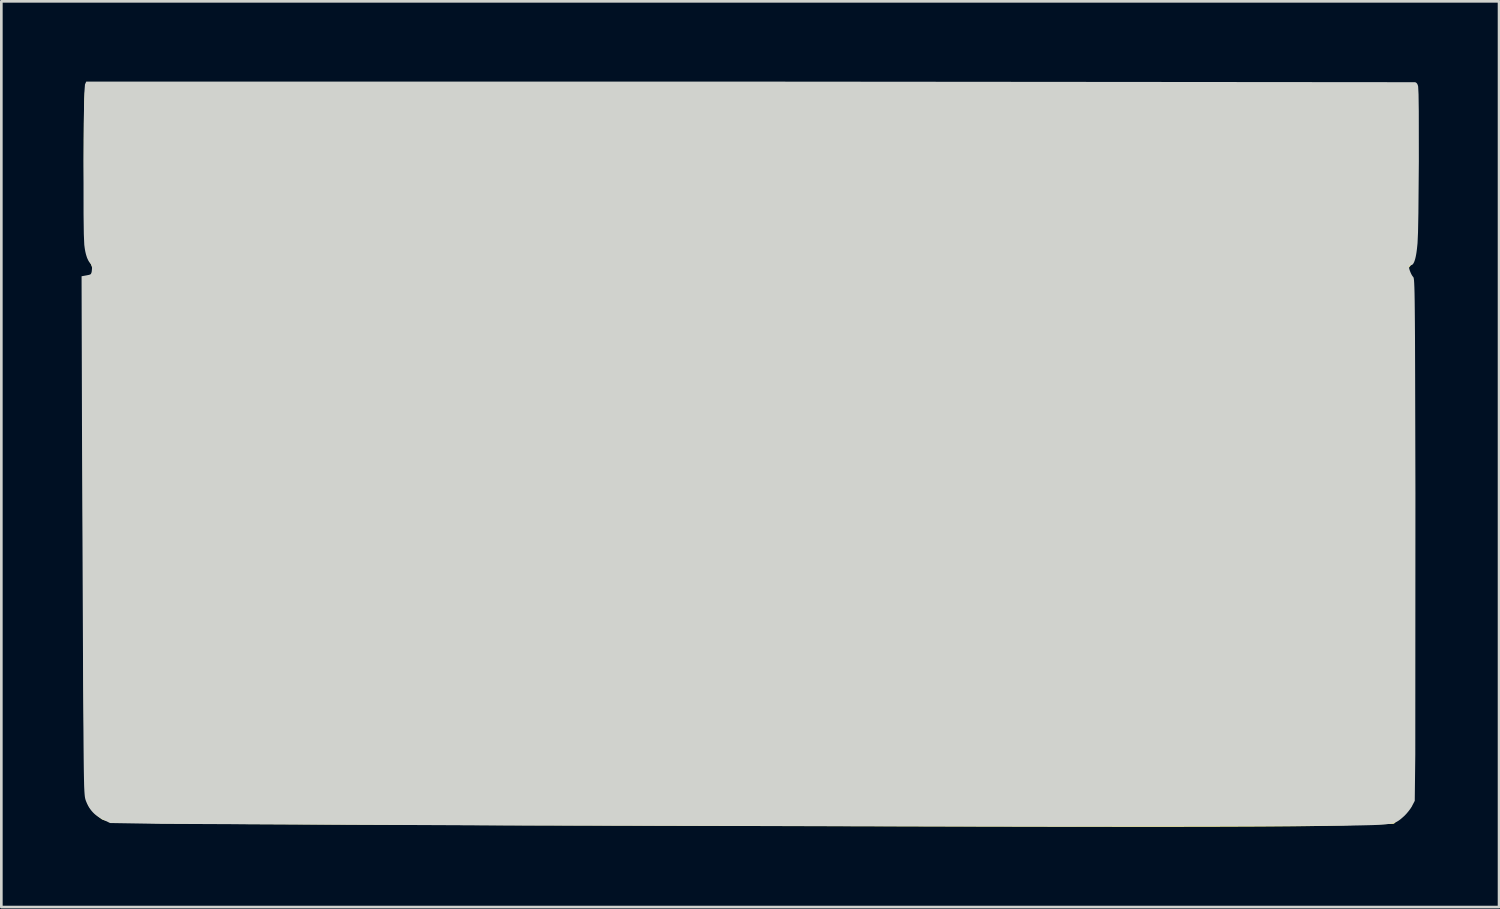
<source format=kicad_pcb>
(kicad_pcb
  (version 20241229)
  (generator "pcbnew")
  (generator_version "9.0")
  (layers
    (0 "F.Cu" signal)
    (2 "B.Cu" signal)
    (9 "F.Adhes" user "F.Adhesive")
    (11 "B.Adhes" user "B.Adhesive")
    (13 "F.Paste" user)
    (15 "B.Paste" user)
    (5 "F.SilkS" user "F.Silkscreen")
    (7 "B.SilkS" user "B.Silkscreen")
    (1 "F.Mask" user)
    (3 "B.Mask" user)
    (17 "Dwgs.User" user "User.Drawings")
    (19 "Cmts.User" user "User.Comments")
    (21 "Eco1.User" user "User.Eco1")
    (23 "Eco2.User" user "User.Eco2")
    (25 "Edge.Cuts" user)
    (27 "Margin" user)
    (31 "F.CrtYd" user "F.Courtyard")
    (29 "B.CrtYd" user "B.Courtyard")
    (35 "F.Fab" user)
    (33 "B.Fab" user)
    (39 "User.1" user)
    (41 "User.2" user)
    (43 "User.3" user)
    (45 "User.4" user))
  (footprint "VHS"
    (layer "F.Cu")
    (at 24.971 14.001)
    (property "Reference" "VHS" (at 0 0 0) (layer "F.SilkS") (effects (font (size 1.5 1.5) (thickness 0.3))))
    (attr board_only exclude_from_pos_files exclude_from_bom)
    (fp_poly (pts (xy -21.6 0.95) (xy -21.65 1) (xy -21.7 0.95) (xy -21.65 0.9)) (stroke (width 0) (type solid)) (fill yes) (layer "F.SilkS"))
    (fp_poly (pts (xy -14.8 0.85) (xy -14.85 0.9) (xy -14.9 0.85) (xy -14.85 0.8)) (stroke (width 0) (type solid)) (fill yes) (layer "F.SilkS"))
    (fp_poly (pts (xy 8.8 -13.15) (xy 8.75 -13.1) (xy 8.7 -13.15) (xy 8.75 -13.2)) (stroke (width 0) (type solid)) (fill yes) (layer "F.SilkS"))
    (fp_poly (pts (xy 9 -13.15) (xy 8.95 -13.1) (xy 8.9 -13.15) (xy 8.95 -13.2)) (stroke (width 0) (type solid)) (fill yes) (layer "F.SilkS"))
    (fp_poly (pts (xy 9.5 -13.15) (xy 9.45 -13.1) (xy 9.4 -13.15) (xy 9.45 -13.2)) (stroke (width 0) (type solid)) (fill yes) (layer "F.SilkS"))
    (fp_poly (pts (xy 9.8 -12.95) (xy 9.75 -12.9) (xy 9.7 -12.95) (xy 9.75 -13)) (stroke (width 0) (type solid)) (fill yes) (layer "F.SilkS"))
    (fp_poly (pts (xy 10.5 -12.05) (xy 10.45 -12) (xy 10.4 -12.05) (xy 10.45 -12.1)) (stroke (width 0) (type solid)) (fill yes) (layer "F.SilkS"))
    (fp_poly (pts (xy 10.7 -12.85) (xy 10.65 -12.8) (xy 10.6 -12.85) (xy 10.65 -12.9)) (stroke (width 0) (type solid)) (fill yes) (layer "F.SilkS"))
    (fp_poly (pts (xy 10.9 -12.95) (xy 10.85 -12.9) (xy 10.8 -12.95) (xy 10.85 -13)) (stroke (width 0) (type solid)) (fill yes) (layer "F.SilkS"))
    (fp_poly (pts (xy 11.4 -12.85) (xy 11.35 -12.8) (xy 11.3 -12.85) (xy 11.35 -12.9)) (stroke (width 0) (type solid)) (fill yes) (layer "F.SilkS"))
    (fp_poly (pts (xy 12.1 -12.95) (xy 12.05 -12.9) (xy 12 -12.95) (xy 12.05 -13)) (stroke (width 0) (type solid)) (fill yes) (layer "F.SilkS"))
    (fp_poly (pts (xy 12.5 -12.85) (xy 12.45 -12.8) (xy 12.4 -12.85) (xy 12.45 -12.9)) (stroke (width 0) (type solid)) (fill yes) (layer "F.SilkS"))
    (fp_poly (pts (xy 13 -11.55) (xy 12.95 -11.5) (xy 12.9 -11.55) (xy 12.95 -11.6)) (stroke (width 0) (type solid)) (fill yes) (layer "F.SilkS"))
    (fp_poly (pts (xy 13.2 3.75) (xy 13.15 3.8) (xy 13.1 3.75) (xy 13.15 3.7)) (stroke (width 0) (type solid)) (fill yes) (layer "F.SilkS"))
    (fp_poly (pts (xy 13.4 3.65) (xy 13.35 3.7) (xy 13.3 3.65) (xy 13.35 3.6)) (stroke (width 0) (type solid)) (fill yes) (layer "F.SilkS"))
    (fp_poly (pts (xy 14 -11.55) (xy 13.95 -11.5) (xy 13.9 -11.55) (xy 13.95 -11.6)) (stroke (width 0) (type solid)) (fill yes) (layer "F.SilkS"))
    (fp_poly (pts (xy 14.1 -12.95) (xy 14.05 -12.9) (xy 14 -12.95) (xy 14.05 -13)) (stroke (width 0) (type solid)) (fill yes) (layer "F.SilkS"))
    (fp_poly (pts (xy 14.7 -11.85) (xy 14.65 -11.8) (xy 14.6 -11.85) (xy 14.65 -11.9)) (stroke (width 0) (type solid)) (fill yes) (layer "F.SilkS"))
    (fp_poly (pts (xy 14.9 -12.15) (xy 14.85 -12.1) (xy 14.8 -12.15) (xy 14.85 -12.2)) (stroke (width 0) (type solid)) (fill yes) (layer "F.SilkS"))
    (fp_poly (pts (xy 15 -11.95) (xy 14.95 -11.9) (xy 14.9 -11.95) (xy 14.95 -12)) (stroke (width 0) (type solid)) (fill yes) (layer "F.SilkS"))
    (fp_poly (pts (xy 16.3 -11.85) (xy 16.25 -11.8) (xy 16.2 -11.85) (xy 16.25 -11.9)) (stroke (width 0) (type solid)) (fill yes) (layer "F.SilkS"))
    (fp_poly (pts (xy 16.5 -11.65) (xy 16.45 -11.6) (xy 16.4 -11.65) (xy 16.45 -11.7)) (stroke (width 0) (type solid)) (fill yes) (layer "F.SilkS"))
    (fp_poly (pts (xy 16.7 -4.25) (xy 16.65 -4.2) (xy 16.6 -4.25) (xy 16.65 -4.3)) (stroke (width 0) (type solid)) (fill yes) (layer "F.SilkS"))
    (fp_poly (pts (xy 17.7 -11.55) (xy 17.65 -11.5) (xy 17.6 -11.55) (xy 17.65 -11.6)) (stroke (width 0) (type solid)) (fill yes) (layer "F.SilkS"))
    (fp_poly (pts (xy 17.9 1.55) (xy 17.85 1.6) (xy 17.8 1.55) (xy 17.85 1.5)) (stroke (width 0) (type solid)) (fill yes) (layer "F.SilkS"))
    (fp_poly (pts (xy 18.3 -11.75) (xy 18.25 -11.7) (xy 18.2 -11.75) (xy 18.25 -11.8)) (stroke (width 0) (type solid)) (fill yes) (layer "F.SilkS"))
    (fp_poly (pts (xy 18.8 -0.75) (xy 18.75 -0.7) (xy 18.7 -0.75) (xy 18.75 -0.8)) (stroke (width 0) (type solid)) (fill yes) (layer "F.SilkS"))
    (fp_poly (pts (xy 19.4 -0.35) (xy 19.35 -0.3) (xy 19.3 -0.35) (xy 19.35 -0.4)) (stroke (width 0) (type solid)) (fill yes) (layer "F.SilkS"))
    (fp_poly (pts (xy 24.9 -9.95) (xy 24.85 -9.9) (xy 24.8 -9.95) (xy 24.85 -10)) (stroke (width 0) (type solid)) (fill yes) (layer "F.SilkS"))
    (fp_poly (pts (xy 25 -11.45) (xy 24.95 -11.4) (xy 24.9 -11.45) (xy 24.95 -11.5)) (stroke (width 0) (type solid)) (fill yes) (layer "F.SilkS"))
    (fp_poly (pts (xy 17.267 -11.567) (xy 17.253 -11.507) (xy 17.2 -11.5) (xy 17.118 -11.537) (xy 17.133 -11.567) (xy 17.252 -11.579)) (stroke (width 0) (type solid)) (fill yes) (layer "F.SilkS"))
    (fp_poly (pts (xy 18.967 -1.367) (xy 18.979 -1.248) (xy 18.967 -1.233) (xy 18.907 -1.247) (xy 18.9 -1.3) (xy 18.937 -1.382)) (stroke (width 0) (type solid)) (fill yes) (layer "F.SilkS"))
    (fp_poly (pts (xy 20.767 -11.467) (xy 20.753 -11.407) (xy 20.7 -11.4) (xy 20.618 -11.437) (xy 20.633 -11.467) (xy 20.752 -11.479)) (stroke (width 0) (type solid)) (fill yes) (layer "F.SilkS"))
    (fp_poly (pts (xy 10.507 -11.846) (xy 10.594 -11.764) (xy 10.491 -11.734) (xy 10.454 -11.733) (xy 10.354 -11.777) (xy 10.361 -11.818) (xy 10.477 -11.859)) (stroke (width 0) (type solid)) (fill yes) (layer "F.SilkS"))
    (fp_poly (pts (xy 13.895 -11.903) (xy 13.92 -11.845) (xy 13.761 -11.825) (xy 13.567 -11.834) (xy 13.5 -11.852) (xy 13.581 -11.917) (xy 13.75 -11.937)) (stroke (width 0) (type solid)) (fill yes) (layer "F.SilkS"))
    (fp_poly (pts (xy 0.097 0.476) (xy 0.1 0.5) (xy 0.024 0.597) (xy 0 0.6) (xy -0.097 0.524) (xy -0.1 0.5) (xy -0.024 0.403) (xy 0 0.4)) (stroke (width 0) (type solid)) (fill yes) (layer "F.SilkS"))
    (fp_poly (pts (xy 0.697 -2.624) (xy 0.7 -2.6) (xy 0.624 -2.503) (xy 0.6 -2.5) (xy 0.503 -2.576) (xy 0.5 -2.6) (xy 0.576 -2.697) (xy 0.6 -2.7)) (stroke (width 0) (type solid)) (fill yes) (layer "F.SilkS"))
    (fp_poly (pts (xy 3.997 1.976) (xy 4 2) (xy 3.924 2.097) (xy 3.9 2.1) (xy 3.803 2.024) (xy 3.8 2) (xy 3.876 1.903) (xy 3.9 1.9)) (stroke (width 0) (type solid)) (fill yes) (layer "F.SilkS"))
    (fp_poly (pts (xy 13.266 -11.739) (xy 13.25 -11.7) (xy 13.16 -11.605) (xy 13.144 -11.6) (xy 13.101 -11.677) (xy 13.1 -11.7) (xy 13.177 -11.796) (xy 13.206 -11.8)) (stroke (width 0) (type solid)) (fill yes) (layer "F.SilkS"))
    (fp_poly (pts (xy 14.4 -11.848) (xy 14.45 -11.8) (xy 14.458 -11.712) (xy 14.339 -11.726) (xy 14.2 -11.8) (xy 14.106 -11.878) (xy 14.196 -11.898) (xy 14.219 -11.898)) (stroke (width 0) (type solid)) (fill yes) (layer "F.SilkS"))
    (fp_poly (pts (xy 18.75 -0.436) (xy 18.991 -0.293) (xy 19.091 -0.224) (xy 19.081 -0.202) (xy 19.028 -0.2) (xy 18.884 -0.261) (xy 18.686 -0.406) (xy 18.45 -0.612)) (stroke (width 0) (type solid)) (fill yes) (layer "F.SilkS"))
    (fp_poly (pts (xy 19.197 -1.85) (xy 19.147 -1.686) (xy 19.1 -1.6) (xy 19.021 -1.52) (xy 19.003 -1.55) (xy 19.053 -1.714) (xy 19.1 -1.8) (xy 19.179 -1.88)) (stroke (width 0) (type solid)) (fill yes) (layer "F.SilkS"))
    (fp_poly (pts (xy 19.9 -0.657) (xy 19.823 -0.577) (xy 19.7 -0.5) (xy 19.545 -0.436) (xy 19.5 -0.443) (xy 19.577 -0.523) (xy 19.7 -0.6) (xy 19.855 -0.664)) (stroke (width 0) (type solid)) (fill yes) (layer "F.SilkS"))
    (fp_poly (pts (xy 24.964 -11.09) (xy 24.969 -11.073) (xy 24.984 -10.855) (xy 24.966 -10.773) (xy 24.933 -10.77) (xy 24.919 -10.926) (xy 24.919 -10.95) (xy 24.934 -11.105)) (stroke (width 0) (type solid)) (fill yes) (layer "F.SilkS"))
    (fp_poly (pts (xy -14.038 -1.673) (xy -13.94 -1.553) (xy -13.835 -1.321) (xy -13.9 -1.175) (xy -14.116 -1.132) (xy -14.325 -1.168) (xy -14.477 -1.249) (xy -14.457 -1.379) (xy -14.291 -1.558) (xy -14.134 -1.685)) (stroke (width 0) (type solid)) (fill yes) (layer "F.SilkS"))
    (fp_poly (pts (xy 0.068 1.085) (xy 0.073 1.127) (xy 0.089 1.48) (xy 0.074 1.816) (xy 0.072 1.827) (xy 0.053 1.896) (xy 0.039 1.789) (xy 0.033 1.528) (xy 0.033 1.45) (xy 0.038 1.166) (xy 0.05 1.038)) (stroke (width 0) (type solid)) (fill yes) (layer "F.SilkS"))
    (fp_poly (pts (xy 4.581 -1.189) (xy 4.588 -1.121) (xy 4.534 -0.941) (xy 4.49 -0.815) (xy 4.378 -0.571) (xy 4.297 -0.509) (xy 4.276 -0.623) (xy 4.326 -0.85) (xy 4.417 -1.079) (xy 4.503 -1.196) (xy 4.517 -1.2)) (stroke (width 0) (type solid)) (fill yes) (layer "F.SilkS"))
    (fp_poly (pts (xy -14.944 0.164) (xy -14.922 0.172) (xy -14.788 0.237) (xy -14.766 0.335) (xy -14.847 0.533) (xy -14.868 0.575) (xy -15.013 0.824) (xy -15.119 0.879) (xy -15.195 0.739) (xy -15.228 0.575) (xy -15.239 0.278) (xy -15.148 0.146)) (stroke (width 0) (type solid)) (fill yes) (layer "F.SilkS"))
    (fp_poly (pts (xy -13.611 3.042) (xy -13.4 3.159) (xy -13.254 3.279) (xy -13.231 3.344) (xy -13.353 3.466) (xy -13.551 3.44) (xy -13.776 3.275) (xy -13.78 3.271) (xy -13.915 3.093) (xy -13.944 2.979) (xy -13.941 2.974) (xy -13.816 2.968)) (stroke (width 0) (type solid)) (fill yes) (layer "F.SilkS"))
    (fp_poly (pts (xy 0.652 -2.108) (xy 0.688 -1.865) (xy 0.7 -1.55) (xy 0.686 -1.21) (xy 0.648 -0.978) (xy 0.6 -0.9) (xy 0.548 -0.992) (xy 0.512 -1.235) (xy 0.5 -1.55) (xy 0.514 -1.89) (xy 0.552 -2.122) (xy 0.6 -2.2)) (stroke (width 0) (type solid)) (fill yes) (layer "F.SilkS"))
    (fp_poly (pts (xy 24.765 -5.993) (xy 24.774 -5.82) (xy 24.787 -5.294) (xy 24.787 -4.716) (xy 24.774 -4.22) (xy 24.763 -4.058) (xy 24.754 -4.081) (xy 24.747 -4.273) (xy 24.742 -4.622) (xy 24.74 -5.05) (xy 24.742 -5.519) (xy 24.747 -5.842) (xy 24.755 -6.004)) (stroke (width 0) (type solid)) (fill yes) (layer "F.SilkS"))
    (fp_poly (pts (xy 3.952 0.492) (xy 3.988 0.735) (xy 4 1.05) (xy 3.997 1.417) (xy 3.982 1.617) (xy 3.948 1.685) (xy 3.888 1.653) (xy 3.867 1.633) (xy 3.823 1.499) (xy 3.803 1.249) (xy 3.803 0.949) (xy 3.822 0.665) (xy 3.858 0.461) (xy 3.9 0.4)) (stroke (width 0) (type solid)) (fill yes) (layer "F.SilkS"))
    (fp_poly (pts (xy 14.625 2.927) (xy 14.776 3.016) (xy 14.826 3.144) (xy 14.743 3.336) (xy 14.689 3.416) (xy 14.482 3.642) (xy 14.307 3.679) (xy 14.142 3.528) (xy 14.117 3.49) (xy 13.932 3.332) (xy 13.787 3.332) (xy 13.653 3.35) (xy 13.684 3.27) (xy 13.707 3.242) (xy 13.902 3.118) (xy 14.006 3.1) (xy 14.193 3.051) (xy 14.25 3) (xy 14.406 2.91)) (stroke (width 0) (type solid)) (fill yes) (layer "F.SilkS"))
    (fp_poly (pts (xy 14.141 -12.68) (xy 14.312 -12.57) (xy 14.362 -12.365) (xy 14.312 -12.219) (xy 14.183 -12.166) (xy 14.097 -12.204) (xy 14.001 -12.279) (xy 14.082 -12.3) (xy 14.1 -12.3) (xy 14.2 -12.316) (xy 14.125 -12.384) (xy 14.1 -12.4) (xy 14 -12.478) (xy 14.075 -12.499) (xy 14.1 -12.5) (xy 14.199 -12.517) (xy 14.128 -12.588) (xy 14.1 -12.607) (xy 14.013 -12.683) (xy 14.106 -12.686)) (stroke (width 0) (type solid)) (fill yes) (layer "F.SilkS"))
    (fp_poly (pts (xy -14.568 2.115) (xy -14.504 2.211) (xy -14.367 2.409) (xy -14.314 2.485) (xy -14.168 2.728) (xy -14.142 2.903) (xy -14.192 3.035) (xy -14.261 3.14) (xy -14.261 3.088) (xy -14.294 2.918) (xy -14.388 2.75) (xy -14.3 2.75) (xy -14.25 2.8) (xy -14.2 2.75) (xy -14.25 2.7) (xy -14.3 2.75) (xy -14.388 2.75) (xy -14.428 2.678) (xy -14.51 2.57) (xy -14.684 2.318) (xy -14.715 2.169) (xy -14.695 2.147) (xy -14.583 2.107)) (stroke (width 0) (type solid)) (fill yes) (layer "F.SilkS"))
    (fp_poly (pts (xy 2.982 4.125) (xy 2.98 4.602) (xy 2.944 4.886) (xy 2.865 4.979) (xy 2.736 4.883) (xy 2.548 4.597) (xy 2.35 4.235) (xy 1.95 3.472) (xy 1.921 4.236) (xy 1.889 4.677) (xy 1.843 4.923) (xy 1.79 4.979) (xy 1.743 4.848) (xy 1.71 4.534) (xy 1.7 4.15) (xy 1.705 3.734) (xy 1.724 3.479) (xy 1.766 3.349) (xy 1.839 3.304) (xy 1.875 3.302) (xy 2.025 3.395) (xy 2.233 3.665) (xy 2.45 4.027) (xy 2.85 4.75) (xy 2.907 4) (xy 2.964 3.25)) (stroke (width 0) (type solid)) (fill yes) (layer "F.SilkS"))
    (fp_poly (pts (xy 1.354 0.832) (xy 1.527 0.903) (xy 1.598 0.996) (xy 1.66 1.2) (xy 1.692 1.478) (xy 1.695 1.765) (xy 1.666 1.994) (xy 1.608 2.099) (xy 1.6 2.1) (xy 1.542 2.01) (xy 1.506 1.781) (xy 1.5 1.612) (xy 1.459 1.211) (xy 1.338 0.988) (xy 1.141 0.945) (xy 1.006 0.997) (xy 0.876 1.109) (xy 0.815 1.303) (xy 0.8 1.604) (xy 0.782 1.888) (xy 0.736 2.067) (xy 0.7 2.1) (xy 0.647 2.008) (xy 0.611 1.767) (xy 0.6 1.472) (xy 0.6 0.843) (xy 1.048 0.824)) (stroke (width 0) (type solid)) (fill yes) (layer "F.SilkS"))
    (fp_poly (pts (xy 1.173 4.078) (xy 1.183 4.369) (xy 1.185 4.712) (xy 1.158 4.9) (xy 1.093 4.976) (xy 1.025 4.985) (xy 0.78 5.014) (xy 0.65 5.046) (xy 0.431 5.045) (xy 0.325 4.985) (xy 0.251 4.805) (xy 0.216 4.485) (xy 0.216 4.305) (xy 0.229 4.037) (xy 0.246 3.968) (xy 0.268 4.099) (xy 0.268 4.1) (xy 0.319 4.503) (xy 0.383 4.746) (xy 0.476 4.865) (xy 0.617 4.9) (xy 0.64 4.9) (xy 0.878 4.848) (xy 1.028 4.671) (xy 1.111 4.338) (xy 1.126 4.198) (xy 1.147 3.984) (xy 1.162 3.94)) (stroke (width 0) (type solid)) (fill yes) (layer "F.SilkS"))
    (fp_poly (pts (xy 2.148 -2.073) (xy 2.268 -1.748) (xy 2.3 -1.389) (xy 2.282 -1.107) (xy 2.235 -0.931) (xy 2.2 -0.9) (xy 2.145 -0.99) (xy 2.109 -1.223) (xy 2.1 -1.444) (xy 2.079 -1.816) (xy 2.002 -2.02) (xy 1.847 -2.086) (xy 1.644 -2.058) (xy 1.503 -2.002) (xy 1.43 -1.893) (xy 1.403 -1.673) (xy 1.4 -1.448) (xy 1.384 -1.147) (xy 1.341 -0.948) (xy 1.3 -0.9) (xy 1.248 -0.992) (xy 1.212 -1.236) (xy 1.2 -1.554) (xy 1.213 -1.933) (xy 1.254 -2.136) (xy 1.325 -2.185) (xy 1.511 -2.196) (xy 1.694 -2.243) (xy 1.951 -2.245)) (stroke (width 0) (type solid)) (fill yes) (layer "F.SilkS"))
    (fp_poly (pts (xy -4.66 3.736) (xy -4.513 3.809) (xy -4.304 4.024) (xy -4.205 4.325) (xy -4.222 4.64) (xy -4.362 4.895) (xy -4.417 4.941) (xy -4.663 5.077) (xy -4.866 5.067) (xy -5.078 4.944) (xy -5.261 4.707) (xy -5.306 4.452) (xy -5.176 4.452) (xy -5.092 4.713) (xy -4.894 4.874) (xy -4.75 4.9) (xy -4.515 4.827) (xy -4.4 4.65) (xy -4.352 4.335) (xy -4.437 4.074) (xy -4.629 3.92) (xy -4.75 3.9) (xy -4.997 3.981) (xy -5.118 4.15) (xy -5.176 4.452) (xy -5.306 4.452) (xy -5.316 4.394) (xy -5.245 4.08) (xy -5.05 3.841) (xy -5.038 3.833) (xy -4.831 3.723)) (stroke (width 0) (type solid)) (fill yes) (layer "F.SilkS"))
    (fp_poly (pts (xy 5.182 3.483) (xy 5.2 3.593) (xy 5.287 3.771) (xy 5.425 3.829) (xy 5.65 3.873) (xy 5.425 3.886) (xy 5.291 3.916) (xy 5.224 4.019) (xy 5.201 4.246) (xy 5.2 4.4) (xy 5.211 4.7) (xy 5.255 4.849) (xy 5.354 4.898) (xy 5.4 4.9) (xy 5.562 4.942) (xy 5.6 5) (xy 5.523 5.085) (xy 5.351 5.09) (xy 5.167 5.019) (xy 5.12 4.98) (xy 5.048 4.813) (xy 5.005 4.532) (xy 5 4.388) (xy 4.974 4.072) (xy 4.905 3.889) (xy 4.875 3.866) (xy 4.801 3.821) (xy 4.875 3.808) (xy 4.977 3.717) (xy 5 3.6) (xy 5.042 3.438) (xy 5.1 3.4)) (stroke (width 0) (type solid)) (fill yes) (layer "F.SilkS"))
    (fp_poly (pts (xy -5.742 3.374) (xy -5.703 3.396) (xy -5.602 3.503) (xy -5.653 3.562) (xy -5.807 3.543) (xy -5.885 3.508) (xy -6.199 3.407) (xy -6.466 3.488) (xy -6.6 3.6) (xy -6.753 3.868) (xy -6.802 4.208) (xy -6.746 4.534) (xy -6.617 4.735) (xy -6.37 4.86) (xy -6.066 4.895) (xy -5.8 4.836) (xy -5.72 4.78) (xy -5.621 4.711) (xy -5.6 4.782) (xy -5.685 4.899) (xy -5.885 5.013) (xy -6.12 5.086) (xy -6.232 5.094) (xy -6.414 5.053) (xy -6.568 4.999) (xy -6.832 4.797) (xy -6.972 4.447) (xy -7 4.114) (xy -6.963 3.8) (xy -6.824 3.584) (xy -6.737 3.507) (xy -6.421 3.352) (xy -6.059 3.304)) (stroke (width 0) (type solid)) (fill yes) (layer "F.SilkS"))
    (fp_poly (pts (xy 0.049 -2.557) (xy -0.092 -2.37) (xy -0.229 -2.222) (xy -0.594 -1.847) (xy -0.189 -1.374) (xy 0.031 -1.09) (xy 0.109 -0.936) (xy 0.057 -0.918) (xy -0.109 -1.043) (xy -0.361 -1.299) (xy -0.576 -1.511) (xy -0.746 -1.632) (xy -0.811 -1.643) (xy -0.871 -1.515) (xy -0.9 -1.276) (xy -0.9 -1.244) (xy -0.926 -1.015) (xy -0.988 -0.902) (xy -1 -0.9) (xy -1.048 -0.994) (xy -1.082 -1.256) (xy -1.099 -1.652) (xy -1.1 -1.806) (xy -1.09 -2.264) (xy -1.06 -2.55) (xy -1.013 -2.653) (xy -1 -2.65) (xy -0.937 -2.52) (xy -0.901 -2.268) (xy -0.898 -2.169) (xy -0.895 -1.75) (xy -0.437 -2.231) (xy -0.198 -2.465) (xy -0.012 -2.617) (xy 0.079 -2.654)) (stroke (width 0) (type solid)) (fill yes) (layer "F.SilkS"))
    (fp_poly (pts (xy 3.748 -2.606) (xy 3.783 -2.346) (xy 3.799 -1.953) (xy 3.8 -1.822) (xy 3.8 -0.943) (xy 3.36 -0.924) (xy 3.004 -0.948) (xy 2.801 -1.049) (xy 2.8 -1.05) (xy 2.717 -1.243) (xy 2.672 -1.525) (xy 2.67 -1.56) (xy 2.678 -1.6) (xy 2.802 -1.6) (xy 2.843 -1.328) (xy 2.957 -1.157) (xy 3.133 -1.021) (xy 3.295 -1.037) (xy 3.438 -1.129) (xy 3.561 -1.297) (xy 3.587 -1.58) (xy 3.582 -1.654) (xy 3.541 -1.919) (xy 3.447 -2.044) (xy 3.306 -2.084) (xy 3.056 -2.037) (xy 2.88 -1.856) (xy 2.802 -1.6) (xy 2.678 -1.6) (xy 2.734 -1.903) (xy 2.921 -2.147) (xy 3.191 -2.253) (xy 3.36 -2.238) (xy 3.536 -2.222) (xy 3.596 -2.334) (xy 3.6 -2.439) (xy 3.633 -2.632) (xy 3.7 -2.7)) (stroke (width 0) (type solid)) (fill yes) (layer "F.SilkS"))
    (fp_poly (pts (xy -4.337 0.458) (xy -4.099 0.611) (xy -4.013 0.829) (xy -4.099 1.082) (xy -4.19 1.19) (xy -4.298 1.313) (xy -4.31 1.421) (xy -4.214 1.577) (xy -4.082 1.74) (xy -3.915 1.973) (xy -3.884 2.083) (xy -3.966 2.069) (xy -4.14 1.931) (xy -4.317 1.745) (xy -4.588 1.496) (xy -4.796 1.437) (xy -4.942 1.568) (xy -5.012 1.801) (xy -5.043 1.896) (xy -5.066 1.794) (xy -5.082 1.499) (xy -5.087 1.275) (xy -5.093 0.88) (xy -5 0.88) (xy -4.979 1.11) (xy -4.933 1.233) (xy -4.745 1.299) (xy -4.505 1.245) (xy -4.357 1.143) (xy -4.213 0.911) (xy -4.265 0.711) (xy -4.444 0.585) (xy -4.737 0.516) (xy -4.928 0.612) (xy -5 0.863) (xy -5 0.88) (xy -5.093 0.88) (xy -5.1 0.4) (xy -4.707 0.4)) (stroke (width 0) (type solid)) (fill yes) (layer "F.SilkS"))
    (fp_poly (pts (xy -2.67 0.926) (xy -2.533 1.094) (xy -2.455 1.314) (xy -2.508 1.438) (xy -2.717 1.492) (xy -2.956 1.5) (xy -3.261 1.524) (xy -3.392 1.6) (xy -3.4 1.638) (xy -3.312 1.842) (xy -3.087 1.965) (xy -2.801 1.979) (xy -2.572 1.973) (xy -2.506 2.024) (xy -2.62 2.103) (xy -2.725 2.137) (xy -2.928 2.184) (xy -3.066 2.174) (xy -3.2 2.131) (xy -3.452 1.947) (xy -3.58 1.655) (xy -3.573 1.315) (xy -3.493 1.134) (xy -3.376 1.134) (xy -3.361 1.236) (xy -3.163 1.292) (xy -3 1.3) (xy -2.75 1.279) (xy -2.61 1.225) (xy -2.6 1.204) (xy -2.685 1.059) (xy -2.884 0.971) (xy -3.114 0.969) (xy -3.2 1) (xy -3.376 1.134) (xy -3.493 1.134) (xy -3.44 1.017) (xy -3.213 0.842) (xy -2.932 0.814)) (stroke (width 0) (type solid)) (fill yes) (layer "F.SilkS"))
    (fp_poly (pts (xy 4.279 3.757) (xy 4.435 3.883) (xy 4.599 4.125) (xy 4.582 4.289) (xy 4.381 4.379) (xy 4.1 4.4) (xy 3.777 4.414) (xy 3.63 4.471) (xy 3.636 4.591) (xy 3.733 4.744) (xy 3.897 4.87) (xy 4.163 4.89) (xy 4.233 4.883) (xy 4.49 4.875) (xy 4.595 4.915) (xy 4.529 4.983) (xy 4.375 5.037) (xy 4.077 5.091) (xy 3.864 5.036) (xy 3.637 4.846) (xy 3.636 4.845) (xy 3.454 4.546) (xy 3.462 4.229) (xy 3.506 4.161) (xy 3.612 4.161) (xy 3.667 4.257) (xy 3.911 4.298) (xy 4.007 4.3) (xy 4.269 4.285) (xy 4.376 4.225) (xy 4.381 4.125) (xy 4.266 3.976) (xy 4.05 3.915) (xy 3.819 3.957) (xy 3.744 4.005) (xy 3.612 4.161) (xy 3.506 4.161) (xy 3.658 3.927) (xy 3.715 3.875) (xy 4.009 3.717)) (stroke (width 0) (type solid)) (fill yes) (layer "F.SilkS"))
    (fp_poly (pts (xy 3.148 0.394) (xy 3.182 0.655) (xy 3.199 1.05) (xy 3.2 1.194) (xy 3.196 1.623) (xy 3.178 1.889) (xy 3.139 2.029) (xy 3.072 2.081) (xy 3.025 2.085) (xy 2.783 2.113) (xy 2.64 2.149) (xy 2.384 2.135) (xy 2.265 2.051) (xy 2.148 1.83) (xy 2.114 1.611) (xy 2.235 1.611) (xy 2.295 1.791) (xy 2.463 1.97) (xy 2.707 1.982) (xy 2.842 1.939) (xy 2.952 1.804) (xy 3.003 1.557) (xy 2.997 1.28) (xy 2.932 1.052) (xy 2.843 0.961) (xy 2.595 0.954) (xy 2.388 1.094) (xy 2.257 1.331) (xy 2.235 1.611) (xy 2.114 1.611) (xy 2.1 1.518) (xy 2.1 1.508) (xy 2.169 1.145) (xy 2.356 0.903) (xy 2.632 0.813) (xy 2.746 0.824) (xy 2.928 0.833) (xy 2.993 0.728) (xy 3 0.586) (xy 3.03 0.382) (xy 3.1 0.3)) (stroke (width 0) (type solid)) (fill yes) (layer "F.SilkS"))
    (fp_poly (pts (xy -2.709 -2.197) (xy -2.654 -2.162) (xy -2.471 -1.981) (xy -2.4 -1.798) (xy -2.427 -1.679) (xy -2.541 -1.62) (xy -2.79 -1.601) (xy -2.9 -1.6) (xy -3.241 -1.567) (xy -3.398 -1.473) (xy -3.367 -1.327) (xy -3.146 -1.138) (xy -2.913 -1.03) (xy -2.696 -1.062) (xy -2.646 -1.084) (xy -2.468 -1.138) (xy -2.4 -1.109) (xy -2.486 -0.991) (xy -2.7 -0.923) (xy -2.972 -0.911) (xy -3.233 -0.964) (xy -3.314 -1.002) (xy -3.498 -1.211) (xy -3.557 -1.505) (xy -3.5 -1.819) (xy -3.488 -1.839) (xy -3.388 -1.839) (xy -3.333 -1.743) (xy -3.089 -1.702) (xy -2.993 -1.7) (xy -2.731 -1.715) (xy -2.624 -1.775) (xy -2.619 -1.875) (xy -2.734 -2.024) (xy -2.95 -2.085) (xy -3.181 -2.043) (xy -3.256 -1.995) (xy -3.388 -1.839) (xy -3.488 -1.839) (xy -3.335 -2.087) (xy -3.156 -2.215) (xy -2.928 -2.274)) (stroke (width 0) (type solid)) (fill yes) (layer "F.SilkS"))
    (fp_poly (pts (xy -2.009 3.789) (xy -1.926 3.924) (xy -1.861 4.169) (xy -1.818 4.463) (xy -1.806 4.74) (xy -1.83 4.94) (xy -1.882 5) (xy -1.947 4.91) (xy -2 4.678) (xy -2.02 4.475) (xy -2.044 4.17) (xy -2.092 4.014) (xy -2.194 3.957) (xy -2.35 3.95) (xy -2.525 3.961) (xy -2.618 4.029) (xy -2.66 4.204) (xy -2.68 4.475) (xy -2.722 4.817) (xy -2.784 4.976) (xy -2.847 4.949) (xy -2.891 4.733) (xy -2.9 4.506) (xy -2.924 4.151) (xy -3.012 3.963) (xy -3.187 3.914) (xy -3.35 3.941) (xy -3.494 4.003) (xy -3.574 4.135) (xy -3.616 4.39) (xy -3.626 4.526) (xy -3.663 5.05) (xy -3.682 4.442) (xy -3.683 4.123) (xy -3.641 3.923) (xy -3.519 3.818) (xy -3.281 3.784) (xy -2.891 3.797) (xy -2.725 3.808) (xy -2.48 3.788) (xy -2.35 3.758) (xy -2.121 3.749)) (stroke (width 0) (type solid)) (fill yes) (layer "F.SilkS"))
    (fp_poly (pts (xy -0.415 3.879) (xy -0.31 4.184) (xy -0.3 4.351) (xy -0.323 4.659) (xy -0.414 4.848) (xy -0.545 4.956) (xy -0.814 5.06) (xy -0.995 5.052) (xy -1.147 5.037) (xy -1.197 5.16) (xy -1.2 5.243) (xy -1.233 5.434) (xy -1.3 5.5) (xy -1.349 5.406) (xy -1.383 5.147) (xy -1.399 4.759) (xy -1.4 4.711) (xy -1.192 4.711) (xy -1.16 4.85) (xy -1.051 4.896) (xy -0.903 4.9) (xy -0.643 4.848) (xy -0.489 4.665) (xy -0.482 4.65) (xy -0.42 4.346) (xy -0.498 4.091) (xy -0.69 3.938) (xy -0.876 3.918) (xy -1.044 3.957) (xy -1.13 4.058) (xy -1.17 4.28) (xy -1.18 4.425) (xy -1.192 4.711) (xy -1.4 4.711) (xy -1.4 4.646) (xy -1.391 4.204) (xy -1.363 3.938) (xy -1.312 3.823) (xy -1.275 3.815) (xy -1.086 3.804) (xy -0.929 3.764) (xy -0.625 3.736)) (stroke (width 0) (type solid)) (fill yes) (layer "F.SilkS"))
    (fp_poly (pts (xy -4.424 -2.653) (xy -4.148 -2.529) (xy -4.005 -2.352) (xy -4.021 -2.148) (xy -4.104 -2.036) (xy -4.139 -1.903) (xy -4.054 -1.804) (xy -3.937 -1.612) (xy -3.9 -1.404) (xy -3.989 -1.146) (xy -4.247 -0.976) (xy -4.655 -0.902) (xy -4.755 -0.9) (xy -5.1 -0.9) (xy -5.1 -1.45) (xy -5 -1.45) (xy -4.988 -1.225) (xy -4.912 -1.126) (xy -4.715 -1.101) (xy -4.604 -1.1) (xy -4.285 -1.14) (xy -4.117 -1.268) (xy -4.112 -1.278) (xy -4.062 -1.521) (xy -4.187 -1.7) (xy -4.467 -1.792) (xy -4.605 -1.8) (xy -4.859 -1.789) (xy -4.971 -1.722) (xy -4.999 -1.547) (xy -5 -1.45) (xy -5.1 -1.45) (xy -5.1 -1.8) (xy -5.1 -2.267) (xy -5 -2.267) (xy -4.974 -2.057) (xy -4.933 -1.967) (xy -4.744 -1.902) (xy -4.489 -1.958) (xy -4.353 -2.036) (xy -4.214 -2.211) (xy -4.251 -2.37) (xy -4.442 -2.476) (xy -4.647 -2.5) (xy -4.886 -2.481) (xy -4.984 -2.398) (xy -5 -2.267) (xy -5.1 -2.267) (xy -5.1 -2.7) (xy -4.807 -2.7)) (stroke (width 0) (type solid)) (fill yes) (layer "F.SilkS"))
    (fp_poly (pts (xy -0.484 0.884) (xy -0.514 1.096) (xy -0.581 1.379) (xy -0.669 1.672) (xy -0.762 1.919) (xy -0.844 2.058) (xy -0.861 2.07) (xy -0.95 2.006) (xy -1.051 1.8) (xy -1.099 1.654) (xy -1.188 1.387) (xy -1.27 1.224) (xy -1.3 1.2) (xy -1.368 1.287) (xy -1.456 1.508) (xy -1.5 1.65) (xy -1.616 1.973) (xy -1.727 2.098) (xy -1.834 2.026) (xy -1.834 2.025) (xy -1.903 1.857) (xy -1.979 1.593) (xy -2.047 1.295) (xy -2.095 1.024) (xy -2.111 0.842) (xy -2.095 0.8) (xy -2.022 0.886) (xy -1.933 1.097) (xy -1.853 1.362) (xy -1.805 1.608) (xy -1.801 1.681) (xy -1.771 1.787) (xy -1.698 1.733) (xy -1.602 1.548) (xy -1.504 1.263) (xy -1.501 1.253) (xy -1.412 0.986) (xy -1.33 0.824) (xy -1.3 0.8) (xy -1.232 0.887) (xy -1.144 1.108) (xy -1.099 1.253) (xy -0.986 1.593) (xy -0.892 1.737) (xy -0.812 1.686) (xy -0.751 1.476) (xy -0.668 1.102) (xy -0.601 0.891) (xy -0.536 0.806) (xy -0.507 0.8)) (stroke (width 0) (type solid)) (fill yes) (layer "F.SilkS"))
    (fp_poly (pts (xy -17.519 -13.858) (xy -16.175 -13.847) (xy -14.772 -13.837) (xy -13.341 -13.828) (xy -11.914 -13.819) (xy -10.523 -13.812) (xy -9.198 -13.806) (xy -7.972 -13.802) (xy -6.876 -13.799) (xy -5.942 -13.798) (xy -5.775 -13.798) (xy -4.713 -13.798) (xy -3.834 -13.798) (xy -3.121 -13.795) (xy -2.556 -13.79) (xy -2.122 -13.782) (xy -1.801 -13.77) (xy -1.577 -13.752) (xy -1.432 -13.73) (xy -1.349 -13.701) (xy -1.311 -13.665) (xy -1.3 -13.621) (xy -1.3 -13.6) (xy -1.289 -13.518) (xy -1.235 -13.463) (xy -1.105 -13.428) (xy -0.869 -13.409) (xy -0.493 -13.401) (xy 0 -13.4) (xy 0.531 -13.402) (xy 0.893 -13.41) (xy 1.12 -13.43) (xy 1.187 -13.45) (xy 4.2 -13.45) (xy 4.25 -13.4) (xy 4.3 -13.45) (xy 5.8 -13.45) (xy 5.85 -13.4) (xy 5.9 -13.45) (xy 6.4 -13.45) (xy 6.45 -13.4) (xy 6.5 -13.45) (xy 6.473 -13.477) (xy 6.628 -13.477) (xy 6.666 -13.445) (xy 6.8 -13.4) (xy 6.997 -13.337) (xy 7.081 -13.31) (xy 7.07 -13.366) (xy 7.05 -13.4) (xy 7.2 -13.4) (xy 7.281 -13.311) (xy 7.35 -13.3) (xy 7.483 -13.354) (xy 7.5 -13.4) (xy 7.46 -13.444) (xy 7.682 -13.444) (xy 7.768 -13.319) (xy 7.896 -13.186) (xy 8.013 -13.111) (xy 8.025 -13.108) (xy 8.093 -13.18) (xy 8.1 -13.239) (xy 8.013 -13.389) (xy 7.807 -13.487) (xy 7.692 -13.5) (xy 7.682 -13.444) (xy 7.46 -13.444) (xy 7.419 -13.489) (xy 7.35 -13.5) (xy 7.217 -13.446) (xy 7.2 -13.4) (xy 7.05 -13.4) (xy 6.911 -13.476) (xy 6.769 -13.49) (xy 6.628 -13.477) (xy 6.473 -13.477) (xy 6.45 -13.5) (xy 6.4 -13.45) (xy 5.9 -13.45) (xy 5.85 -13.5) (xy 5.8 -13.45) (xy 4.3 -13.45) (xy 4.25 -13.5) (xy 4.2 -13.45) (xy 1.187 -13.45) (xy 1.242 -13.466) (xy 1.291 -13.524) (xy 1.3 -13.6) (xy 1.302 -13.63) (xy 1.316 -13.657) (xy 1.353 -13.681) (xy 1.423 -13.702) (xy 1.536 -13.721) (xy 1.703 -13.737) (xy 1.936 -13.75) (xy 2.244 -13.762) (xy 2.638 -13.772) (xy 3.129 -13.779) (xy 3.727 -13.786) (xy 4.444 -13.79) (xy 5.289 -13.794) (xy 6.273 -13.797) (xy 7.408 -13.798) (xy 8.703 -13.799) (xy 10.169 -13.8) (xy 11.817 -13.8) (xy 13.1 -13.8) (xy 14.9 -13.8) (xy 16.51 -13.799) (xy 17.941 -13.798) (xy 19.202 -13.796) (xy 20.305 -13.792) (xy 21.259 -13.788) (xy 22.075 -13.783) (xy 22.763 -13.776) (xy 23.334 -13.768) (xy 23.797 -13.759) (xy 24.163 -13.748) (xy 24.442 -13.734) (xy 24.645 -13.719) (xy 24.781 -13.702) (xy 24.862 -13.683) (xy 24.896 -13.661) (xy 24.9 -13.65) (xy 24.882 -13.62) (xy 24.818 -13.595) (xy 24.696 -13.573) (xy 24.501 -13.555) (xy 24.22 -13.54) (xy 23.841 -13.527) (xy 23.348 -13.518) (xy 22.73 -13.51) (xy 21.972 -13.504) (xy 21.061 -13.5) (xy 19.984 -13.497) (xy 18.727 -13.495) (xy 18.025 -13.495) (xy 16.83 -13.494) (xy 15.662 -13.494) (xy 14.544 -13.494) (xy 13.494 -13.494) (xy 12.533 -13.494) (xy 11.682 -13.495) (xy 10.961 -13.496) (xy 10.39 -13.497) (xy 9.99 -13.499) (xy 9.875 -13.5) (xy 9.282 -13.496) (xy 8.869 -13.476) (xy 8.643 -13.438) (xy 8.6 -13.405) (xy 8.523 -13.304) (xy 8.494 -13.3) (xy 8.434 -13.361) (xy 8.45 -13.4) (xy 8.432 -13.489) (xy 8.377 -13.5) (xy 8.269 -13.417) (xy 8.243 -13.298) (xy 8.291 -13.15) (xy 8.37 -13.144) (xy 8.47 -13.122) (xy 8.474 -13.071) (xy 8.525 -12.976) (xy 8.575 -12.975) (xy 8.69 -12.935) (xy 8.7 -12.896) (xy 8.623 -12.809) (xy 8.575 -12.807) (xy 8.362 -12.81) (xy 8.3 -12.805) (xy 8.225 -12.774) (xy 8.338 -12.712) (xy 8.544 -12.672) (xy 8.777 -12.678) (xy 8.968 -12.721) (xy 9.049 -12.79) (xy 9.042 -12.813) (xy 8.921 -12.856) (xy 8.868 -12.837) (xy 8.818 -12.831) (xy 8.879 -12.909) (xy 8.998 -12.998) (xy 9.088 -12.919) (xy 9.095 -12.908) (xy 9.153 -12.692) (xy 9.147 -12.584) (xy 9.178 -12.429) (xy 9.256 -12.4) (xy 9.385 -12.346) (xy 9.4 -12.303) (xy 9.326 -12.251) (xy 9.234 -12.27) (xy 9.121 -12.287) (xy 9.15 -12.2) (xy 9.174 -12.11) (xy 9.058 -12.133) (xy 8.859 -12.191) (xy 8.786 -12.2) (xy 8.732 -12.261) (xy 8.746 -12.293) (xy 8.733 -12.422) (xy 8.702 -12.449) (xy 8.621 -12.42) (xy 8.6 -12.306) (xy 8.559 -12.14) (xy 8.5 -12.1) (xy 8.403 -12.024) (xy 8.4 -12) (xy 8.481 -11.911) (xy 8.55 -11.9) (xy 8.672 -11.816) (xy 8.7 -11.694) (xy 8.661 -11.556) (xy 8.598 -11.551) (xy 8.546 -11.676) (xy 8.565 -11.724) (xy 8.561 -11.792) (xy 8.466 -11.77) (xy 8.325 -11.769) (xy 8.298 -11.828) (xy 8.269 -11.885) (xy 8.206 -11.81) (xy 8.14 -11.661) (xy 8.103 -11.495) (xy 8.102 -11.469) (xy 8.144 -11.348) (xy 8.202 -11.351) (xy 8.258 -11.472) (xy 8.244 -11.509) (xy 8.263 -11.579) (xy 8.318 -11.577) (xy 8.47 -11.47) (xy 8.512 -11.4) (xy 8.58 -11.352) (xy 8.694 -11.465) (xy 8.801 -11.633) (xy 8.959 -11.853) (xy 9.071 -11.923) (xy 9.098 -11.904) (xy 9.218 -11.842) (xy 9.444 -11.898) (xy 9.565 -11.959) (xy 9.73 -11.959) (xy 9.8 -11.9) (xy 9.96 -11.81) (xy 9.981 -11.844) (xy 9.95 -11.9) (xy 9.804 -11.995) (xy 9.769 -11.998) (xy 9.73 -11.959) (xy 9.565 -11.959) (xy 9.627 -11.991) (xy 9.642 -12.09) (xy 9.605 -12.144) (xy 9.519 -12.36) (xy 9.519 -12.468) (xy 9.492 -12.608) (xy 9.425 -12.625) (xy 9.314 -12.661) (xy 9.322 -12.776) (xy 9.393 -12.846) (xy 9.522 -12.833) (xy 9.549 -12.802) (xy 9.69 -12.715) (xy 9.831 -12.688) (xy 9.965 -12.672) (xy 9.906 -12.64) (xy 9.875 -12.631) (xy 9.718 -12.538) (xy 9.745 -12.414) (xy 9.925 -12.303) (xy 10.08 -12.235) (xy 10.048 -12.209) (xy 9.9 -12.2) (xy 9.726 -12.184) (xy 9.742 -12.145) (xy 9.868 -12.081) (xy 10.032 -11.934) (xy 10.072 -11.8) (xy 10.027 -11.681) (xy 9.895 -11.727) (xy 9.712 -11.779) (xy 9.497 -11.767) (xy 9.319 -11.708) (xy 9.249 -11.617) (xy 9.26 -11.584) (xy 9.257 -11.512) (xy 9.189 -11.525) (xy 9.08 -11.636) (xy 9.077 -11.695) (xy 9.044 -11.767) (xy 9.002 -11.752) (xy 8.923 -11.611) (xy 8.908 -11.469) (xy 8.93 -11.342) (xy 8.962 -11.361) (xy 9.082 -11.429) (xy 9.309 -11.438) (xy 9.316 -11.437) (xy 9.517 -11.426) (xy 9.553 -11.473) (xy 9.5 -11.551) (xy 9.439 -11.671) (xy 9.472 -11.7) (xy 9.585 -11.62) (xy 9.678 -11.475) (xy 9.761 -11.348) (xy 9.795 -11.4) (xy 9.815 -11.5) (xy 9.886 -11.426) (xy 9.903 -11.4) (xy 9.998 -11.305) (xy 10.098 -11.374) (xy 10.132 -11.417) (xy 10.243 -11.532) (xy 10.33 -11.48) (xy 10.374 -11.417) (xy 10.464 -11.304) (xy 10.491 -11.364) (xy 10.494 -11.425) (xy 10.545 -11.574) (xy 10.597 -11.6) (xy 10.655 -11.528) (xy 10.642 -11.466) (xy 10.665 -11.373) (xy 10.848 -11.341) (xy 10.945 -11.341) (xy 11.177 -11.37) (xy 11.295 -11.425) (xy 11.272 -11.478) (xy 11.094 -11.5) (xy 10.954 -11.54) (xy 10.953 -11.605) (xy 11.082 -11.641) (xy 11.259 -11.553) (xy 11.427 -11.454) (xy 11.477 -11.484) (xy 11.461 -11.623) (xy 11.457 -11.632) (xy 11.542 -11.632) (xy 11.567 -11.542) (xy 11.638 -11.439) (xy 11.677 -11.48) (xy 11.778 -11.593) (xy 11.814 -11.6) (xy 11.866 -11.538) (xy 11.85 -11.5) (xy 11.822 -11.414) (xy 11.921 -11.423) (xy 12.145 -11.516) (xy 12.348 -11.637) (xy 12.389 -11.729) (xy 12.256 -11.767) (xy 12.25 -11.767) (xy 12.117 -11.731) (xy 12.1 -11.701) (xy 12.014 -11.667) (xy 11.807 -11.678) (xy 11.799 -11.679) (xy 11.595 -11.693) (xy 11.542 -11.632) (xy 11.457 -11.632) (xy 11.381 -11.789) (xy 11.286 -11.824) (xy 11.254 -11.858) (xy 11.318 -11.929) (xy 11.641 -11.929) (xy 11.654 -11.893) (xy 11.751 -11.804) (xy 11.798 -11.905) (xy 11.8 -11.956) (xy 11.751 -12.059) (xy 11.698 -12.049) (xy 11.641 -11.929) (xy 11.318 -11.929) (xy 11.36 -11.976) (xy 11.375 -11.99) (xy 11.556 -12.161) (xy 11.581 -12.244) (xy 11.457 -12.267) (xy 11.454 -12.267) (xy 11.351 -12.227) (xy 11.356 -12.19) (xy 11.335 -12.076) (xy 11.309 -12.055) (xy 11.182 -12.058) (xy 11.092 -12.185) (xy 11.066 -12.36) (xy 11.129 -12.509) (xy 11.147 -12.523) (xy 11.185 -12.589) (xy 11.131 -12.598) (xy 11.018 -12.57) (xy 10.939 -12.448) (xy 10.863 -12.179) (xy 10.862 -12.175) (xy 10.839 -11.974) (xy 10.918 -11.903) (xy 10.968 -11.9) (xy 11.081 -11.876) (xy 11.015 -11.776) (xy 11.013 -11.775) (xy 10.893 -11.713) (xy 10.772 -11.815) (xy 10.747 -11.85) (xy 10.593 -12.059) (xy 10.503 -12.171) (xy 10.408 -12.35) (xy 10.436 -12.477) (xy 10.506 -12.5) (xy 10.571 -12.444) (xy 10.56 -12.417) (xy 10.589 -12.342) (xy 10.645 -12.333) (xy 10.738 -12.403) (xy 10.73 -12.467) (xy 10.599 -12.579) (xy 10.489 -12.6) (xy 10.35 -12.547) (xy 10.291 -12.358) (xy 10.285 -12.275) (xy 10.272 -12.077) (xy 10.255 -12.068) (xy 10.229 -12.214) (xy 10.146 -12.419) (xy 10.019 -12.454) (xy 9.934 -12.451) (xy 9.975 -12.472) (xy 10.091 -12.559) (xy 10.1 -12.59) (xy 10.191 -12.625) (xy 10.431 -12.646) (xy 10.767 -12.648) (xy 10.775 -12.648) (xy 11.208 -12.634) (xy 11.464 -12.615) (xy 11.568 -12.587) (xy 11.545 -12.543) (xy 11.45 -12.494) (xy 11.25 -12.402) (xy 11.45 -12.428) (xy 11.61 -12.52) (xy 11.638 -12.681) (xy 11.668 -12.843) (xy 11.738 -12.867) (xy 11.827 -12.752) (xy 11.825 -12.713) (xy 11.861 -12.607) (xy 11.891 -12.6) (xy 11.945 -12.518) (xy 11.939 -12.375) (xy 11.914 -12.224) (xy 11.945 -12.261) (xy 11.963 -12.3) (xy 12.8 -12.3) (xy 12.837 -12.218) (xy 12.867 -12.233) (xy 12.879 -12.352) (xy 12.867 -12.367) (xy 12.807 -12.353) (xy 12.8 -12.3) (xy 11.963 -12.3) (xy 11.985 -12.35) (xy 12.013 -12.458) (xy 12.208 -12.458) (xy 12.226 -12.329) (xy 12.26 -12.327) (xy 12.279 -12.433) (xy 12.5 -12.433) (xy 12.533 -12.335) (xy 12.575 -12.357) (xy 12.679 -12.458) (xy 13.008 -12.458) (xy 13.026 -12.329) (xy 13.06 -12.327) (xy 13.084 -12.461) (xy 13.082 -12.468) (xy 13.3 -12.468) (xy 13.384 -12.448) (xy 13.5 -12.443) (xy 13.662 -12.498) (xy 13.7 -12.575) (xy 13.659 -12.656) (xy 13.507 -12.604) (xy 13.5 -12.6) (xy 13.343 -12.507) (xy 13.3 -12.468) (xy 13.082 -12.468) (xy 13.068 -12.519) (xy 13.024 -12.557) (xy 13.008 -12.458) (xy 12.679 -12.458) (xy 12.726 -12.504) (xy 12.75 -12.522) (xy 12.76 -12.584) (xy 12.675 -12.598) (xy 12.527 -12.522) (xy 12.5 -12.433) (xy 12.279 -12.433) (xy 12.284 -12.461) (xy 12.268 -12.519) (xy 12.224 -12.557) (xy 12.208 -12.458) (xy 12.013 -12.458) (xy 12.036 -12.548) (xy 12.023 -12.64) (xy 12.064 -12.684) (xy 12.228 -12.664) (xy 12.517 -12.673) (xy 12.643 -12.757) (xy 12.763 -12.839) (xy 12.8 -12.807) (xy 12.882 -12.717) (xy 12.975 -12.702) (xy 13.086 -12.721) (xy 13.014 -12.789) (xy 12.935 -12.884) (xy 12.996 -12.948) (xy 13.111 -12.929) (xy 13.17 -12.804) (xy 13.266 -12.649) (xy 13.363 -12.644) (xy 13.587 -12.736) (xy 13.637 -12.756) (xy 13.768 -12.72) (xy 13.835 -12.581) (xy 13.895 -12.279) (xy 13.864 -12.139) (xy 13.737 -12.141) (xy 13.736 -12.142) (xy 13.54 -12.136) (xy 13.311 -12.037) (xy 13.05 -11.869) (xy 13.25 -12.108) (xy 13.359 -12.249) (xy 13.331 -12.252) (xy 13.278 -12.213) (xy 13.086 -12.137) (xy 12.774 -12.083) (xy 12.528 -12.065) (xy 12.209 -12.041) (xy 12.019 -11.994) (xy 11.985 -11.95) (xy 12.092 -11.874) (xy 12.12 -11.878) (xy 12.307 -11.875) (xy 12.499 -11.804) (xy 12.599 -11.702) (xy 12.6 -11.691) (xy 12.517 -11.588) (xy 12.35 -11.5) (xy 12.143 -11.4) (xy 12.133 -11.334) (xy 12.319 -11.303) (xy 12.443 -11.3) (xy 12.673 -11.317) (xy 12.759 -11.396) (xy 12.759 -11.56) (xy 12.687 -11.793) (xy 12.591 -11.916) (xy 12.539 -11.973) (xy 12.665 -11.954) (xy 12.7 -11.944) (xy 12.939 -11.863) (xy 13 -11.79) (xy 12.909 -11.706) (xy 12.824 -11.584) (xy 12.884 -11.479) (xy 13.04 -11.462) (xy 13.07 -11.471) (xy 13.179 -11.486) (xy 13.154 -11.407) (xy 13.13 -11.331) (xy 13.239 -11.368) (xy 13.288 -11.394) (xy 13.55 -11.453) (xy 13.693 -11.404) (xy 13.969 -11.308) (xy 14.188 -11.322) (xy 14.298 -11.439) (xy 14.302 -11.475) (xy 14.318 -11.59) (xy 14.387 -11.516) (xy 14.397 -11.501) (xy 14.528 -11.429) (xy 14.779 -11.373) (xy 15.091 -11.337) (xy 15.403 -11.325) (xy 15.657 -11.341) (xy 15.792 -11.389) (xy 15.8 -11.41) (xy 15.722 -11.495) (xy 15.683 -11.5) (xy 15.621 -11.545) (xy 15.642 -11.575) (xy 15.753 -11.571) (xy 15.833 -11.499) (xy 16.005 -11.4) (xy 16.269 -11.353) (xy 16.536 -11.364) (xy 16.714 -11.437) (xy 16.725 -11.449) (xy 16.829 -11.478) (xy 16.888 -11.414) (xy 17.058 -11.331) (xy 17.405 -11.335) (xy 17.921 -11.427) (xy 18 -11.445) (xy 18.158 -11.478) (xy 18.134 -11.45) (xy 18.05 -11.409) (xy 17.914 -11.336) (xy 17.966 -11.312) (xy 18.075 -11.307) (xy 18.25 -11.341) (xy 18.3 -11.406) (xy 18.361 -11.465) (xy 18.402 -11.449) (xy 18.605 -11.384) (xy 18.91 -11.346) (xy 19.241 -11.337) (xy 19.521 -11.361) (xy 19.661 -11.409) (xy 19.777 -11.47) (xy 19.8 -11.414) (xy 19.876 -11.375) (xy 20.11 -11.346) (xy 20.512 -11.325) (xy 21.091 -11.313) (xy 21.858 -11.309) (xy 22.097 -11.31) (xy 22.758 -11.309) (xy 23.353 -11.303) (xy 23.854 -11.293) (xy 24.229 -11.279) (xy 24.45 -11.263) (xy 24.495 -11.253) (xy 24.538 -11.129) (xy 24.569 -10.838) (xy 24.586 -10.412) (xy 24.588 -10.02) (xy 24.584 -9.462) (xy 24.585 -9.074) (xy 24.591 -8.824) (xy 24.605 -8.682) (xy 24.63 -8.618) (xy 24.667 -8.601) (xy 24.695 -8.6) (xy 24.758 -8.69) (xy 24.813 -8.918) (xy 24.832 -9.075) (xy 24.847 -9.166) (xy 24.858 -9.077) (xy 24.863 -8.829) (xy 24.862 -8.443) (xy 24.862 -8.358) (xy 24.847 -7.793) (xy 24.819 -7.411) (xy 24.775 -7.193) (xy 24.724 -7.125) (xy 24.627 -7.004) (xy 24.6 -6.849) (xy 24.531 -6.642) (xy 24.375 -6.57) (xy 24.15 -6.525) (xy 24.375 -6.451) (xy 24.445 -6.424) (xy 24.499 -6.378) (xy 24.539 -6.291) (xy 24.568 -6.136) (xy 24.587 -5.892) (xy 24.6 -5.533) (xy 24.609 -5.037) (xy 24.615 -4.378) (xy 24.619 -3.913) (xy 24.626 -3.176) (xy 24.635 -2.633) (xy 24.646 -2.28) (xy 24.66 -2.111) (xy 24.675 -2.12) (xy 24.694 -2.303) (xy 24.701 -2.4) (xy 24.71 -2.449) (xy 24.719 -2.311) (xy 24.727 -1.997) (xy 24.735 -1.522) (xy 24.741 -0.896) (xy 24.747 -0.134) (xy 24.751 0.753) (xy 24.754 1.752) (xy 24.756 2.851) (xy 24.757 4.036) (xy 24.757 4.873) (xy 24.75 13.096) (xy 24.423 13.423) (xy 24.096 13.75) (xy 21.973 13.814) (xy 21.644 13.823) (xy 21.264 13.831) (xy 20.826 13.838) (xy 20.323 13.845) (xy 19.748 13.85) (xy 19.095 13.855) (xy 18.356 13.858) (xy 17.525 13.861) (xy 16.594 13.863) (xy 15.556 13.864) (xy 14.405 13.864) (xy 13.134 13.863) (xy 11.736 13.862) (xy 10.204 13.859) (xy 8.53 13.856) (xy 6.708 13.852) (xy 4.732 13.846) (xy 2.593 13.84) (xy 0.286 13.833) (xy -2.197 13.825) (xy -4.863 13.817) (xy -7.718 13.807) (xy -9.204 13.802) (xy -11.215 13.794) (xy -13.036 13.788) (xy -14.676 13.781) (xy -16.145 13.775) (xy -17.452 13.768) (xy -18.608 13.762) (xy -19.621 13.755) (xy -20.502 13.747) (xy -21.26 13.739) (xy -21.904 13.73) (xy -22.445 13.721) (xy -22.892 13.71) (xy -23.254 13.698) (xy -23.542 13.684) (xy -23.765 13.669) (xy -23.932 13.653) (xy -24.053 13.634) (xy -24.138 13.614) (xy -24.196 13.592) (xy -24.228 13.574) (xy -24.373 13.45) (xy 11.3 13.45) (xy 11.35 13.5) (xy 11.4 13.45) (xy 11.6 13.45) (xy 11.65 13.5) (xy 11.7 13.45) (xy 11.684 13.434) (xy 14.267 13.434) (xy 14.271 13.439) (xy 14.452 13.445) (xy 14.796 13.451) (xy 15.293 13.457) (xy 15.929 13.463) (xy 16.693 13.468) (xy 17.573 13.473) (xy 18.35 13.476) (xy 19.373 13.479) (xy 20.336 13.479) (xy 21.222 13.476) (xy 22.011 13.471) (xy 22.685 13.464) (xy 23.225 13.454) (xy 23.612 13.443) (xy 23.828 13.431) (xy 23.866 13.423) (xy 23.793 13.41) (xy 23.54 13.398) (xy 23.128 13.389) (xy 22.576 13.382) (xy 21.906 13.378) (xy 21.137 13.376) (xy 20.289 13.376) (xy 19.384 13.378) (xy 18.44 13.383) (xy 17.479 13.39) (xy 16.52 13.399) (xy 15.584 13.41) (xy 14.691 13.424) (xy 14.45 13.428) (xy 14.267 13.434) (xy 11.684 13.434) (xy 11.65 13.4) (xy 11.6 13.45) (xy 11.4 13.45) (xy 11.35 13.4) (xy 11.3 13.45) (xy -24.373 13.45) (xy -24.487 13.353) (xy -24.674 13.128) (xy -24.706 13.076) (xy -24.728 13.029) (xy -24.284 13.029) (xy -24.26 13.085) (xy -24.159 13.192) (xy -24.101 13.17) (xy -24.1 13.156) (xy -24.171 13.071) (xy -24.215 13.04) (xy -24.284 13.029) (xy -24.728 13.029) (xy -24.735 13.015) (xy -24.76 12.936) (xy -24.783 12.826) (xy -24.803 12.674) (xy -24.821 12.471) (xy -24.836 12.205) (xy -24.849 11.864) (xy -24.861 11.438) (xy -24.871 10.916) (xy -24.879 10.287) (xy -24.887 9.54) (xy -24.894 8.664) (xy -24.9 7.648) (xy -24.905 6.61) (xy -22.211 6.61) (xy -22.15 6.7) (xy -21.939 6.946) (xy -21.754 7.121) (xy -21.63 7.196) (xy -21.6 7.17) (xy -21.667 7.091) (xy -21.837 6.922) (xy -21.973 6.795) (xy -22.157 6.633) (xy -22.211 6.61) (xy -24.905 6.61) (xy -24.905 6.481) (xy -24.911 5.151) (xy -24.916 3.649) (xy -24.92 2.4) (xy -23.5 2.4) (xy -23.463 2.482) (xy -23.433 2.467) (xy -23.421 2.348) (xy -23.433 2.333) (xy -23.493 2.347) (xy -23.5 2.4) (xy -24.92 2.4) (xy -24.922 1.963) (xy -24.923 1.6) (xy -23.6 1.6) (xy -23.563 1.682) (xy -23.533 1.667) (xy -23.521 1.548) (xy -23.533 1.533) (xy -23.593 1.547) (xy -23.6 1.6) (xy -24.923 1.6) (xy -24.924 1.125) (xy -24.925 0.842) (xy -23.592 0.842) (xy -23.574 0.971) (xy -23.54 0.973) (xy -23.516 0.839) (xy -23.532 0.781) (xy -23.568 0.75) (xy -23.373 0.75) (xy -23.351 1.455) (xy -23.296 2.103) (xy -23.21 2.621) (xy -23.172 2.903) (xy -23.224 3.025) (xy -23.225 3.025) (xy -23.269 3.141) (xy -23.21 3.418) (xy -23.199 3.455) (xy -23.082 3.812) (xy -22.952 4.207) (xy -22.921 4.3) (xy -22.698 4.888) (xy -22.413 5.519) (xy -22.102 6.119) (xy -21.8 6.615) (xy -21.746 6.692) (xy -21.381 7.2) (xy -20.487 7.2) (xy -19.593 7.2) (xy -19.624 7.154) (xy 12.207 7.154) (xy 12.308 7.292) (xy 12.357 7.343) (xy 12.526 7.484) (xy 12.599 7.478) (xy 12.6 7.465) (xy 12.578 7.437) (xy 14.306 7.437) (xy 14.397 7.444) (xy 14.656 7.45) (xy 15.068 7.457) (xy 15.618 7.462) (xy 16.289 7.467) (xy 17.066 7.471) (xy 17.35 7.472) (xy 18.208 7.474) (xy 19.007 7.472) (xy 19.725 7.466) (xy 20.337 7.458) (xy 20.822 7.447) (xy 21.156 7.435) (xy 21.315 7.42) (xy 21.322 7.418) (xy 21.264 7.404) (xy 21.031 7.394) (xy 20.65 7.385) (xy 20.144 7.38) (xy 19.54 7.376) (xy 18.863 7.376) (xy 18.138 7.378) (xy 17.392 7.382) (xy 16.648 7.388) (xy 15.933 7.397) (xy 15.272 7.408) (xy 14.69 7.422) (xy 14.4 7.43) (xy 14.306 7.437) (xy 12.578 7.437) (xy 12.535 7.381) (xy 12.4 7.25) (xy 12.241 7.132) (xy 12.207 7.154) (xy -19.624 7.154) (xy -19.836 6.842) (xy 12.208 6.842) (xy 12.226 6.971) (xy 12.26 6.973) (xy 12.265 6.95) (xy 12.5 6.95) (xy 12.55 7) (xy 12.6 6.95) (xy 12.55 6.9) (xy 12.5 6.95) (xy 12.265 6.95) (xy 12.279 6.87) (xy 13.162 6.87) (xy 13.3 6.884) (xy 13.442 6.868) (xy 13.425 6.834) (xy 13.22 6.821) (xy 13.175 6.834) (xy 13.162 6.87) (xy 12.279 6.87) (xy 12.284 6.839) (xy 12.268 6.781) (xy 12.224 6.743) (xy 12.208 6.842) (xy -19.836 6.842) (xy -20.004 6.594) (xy -20.343 6.028) (xy -13.35 6.028) (xy -13.322 6.053) (xy -13.15 6.1) (xy -12.865 6.157) (xy -12.65 6.178) (xy -12.543 6.168) (xy -12.619 6.127) (xy -12.7 6.1) (xy -13.001 6.037) (xy -13.2 6.022) (xy -13.35 6.028) (xy -20.343 6.028) (xy -20.499 5.769) (xy -20.653 5.45) (xy -14.4 5.45) (xy -14.35 5.5) (xy -14.3 5.45) (xy -14.35 5.4) (xy -14.4 5.45) (xy -20.653 5.45) (xy -20.943 4.846) (xy -21.287 3.929) (xy -21.313 3.846) (xy -21.409 3.477) (xy -21.477 3.076) (xy -21.521 2.593) (xy -21.548 1.978) (xy -21.555 1.7) (xy -21.577 0.937) (xy -21.592 0.554) (xy -15.6 0.554) (xy -15.589 0.83) (xy -15.538 0.96) (xy -15.415 0.998) (xy -15.35 1) (xy -15.162 1.038) (xy -15.1 1.111) (xy -15.182 1.177) (xy -15.35 1.159) (xy -15.512 1.141) (xy -15.587 1.207) (xy -15.577 1.384) (xy -15.482 1.7) (xy -15.384 1.971) (xy -15.118 2.485) (xy -14.734 2.973) (xy -14.273 3.4) (xy -13.774 3.734) (xy -13.28 3.94) (xy -12.95 3.99) (xy -12.752 3.984) (xy -12.731 3.941) (xy -12.839 3.85) (xy -13.031 3.723) (xy -13.132 3.673) (xy -13.219 3.583) (xy -13.165 3.459) (xy -13.014 3.349) (xy -12.807 3.3) (xy -12.803 3.3) (xy -12.5 3.3) (xy -12.5 2.594) (xy -12.512 2.24) (xy -12.544 2.012) (xy -12.591 1.945) (xy -12.593 1.946) (xy -12.722 1.925) (xy -12.92 1.8) (xy -12.953 1.773) (xy -13.156 1.522) (xy -13.259 1.173) (xy -13.273 1.074) (xy -13.259 0.607) (xy -13.099 0.273) (xy -12.797 0.077) (xy -12.696 0.049) (xy -12.52 0.001) (xy -12.431 -0.079) (xy -12.404 -0.245) (xy -12.416 -0.553) (xy -12.418 -0.581) (xy -12.443 -0.903) (xy -12.494 -1.082) (xy -12.602 -1.176) (xy -12.775 -1.236) (xy -12.994 -1.322) (xy -13.099 -1.409) (xy -13.1 -1.418) (xy -13.172 -1.45) (xy -13.286 -1.407) (xy -13.45 -1.371) (xy -13.621 -1.472) (xy -13.711 -1.562) (xy -13.864 -1.737) (xy -13.886 -1.839) (xy -13.785 -1.936) (xy -13.756 -1.958) (xy -13.574 -2.069) (xy -13.481 -2.1) (xy -13.402 -2.177) (xy -13.4 -2.2) (xy -13.473 -2.292) (xy -13.675 -2.266) (xy -13.975 -2.125) (xy -14.087 -2.058) (xy -14.619 -1.623) (xy -15.064 -1.065) (xy -15.392 -0.436) (xy -15.573 0.214) (xy -15.6 0.554) (xy -21.592 0.554) (xy -21.608 0.163) (xy -21.647 -0.591) (xy -21.692 -1.295) (xy -21.74 -1.918) (xy -21.789 -2.431) (xy -21.838 -2.803) (xy -21.882 -3) (xy -21.947 -3.121) (xy -20.785 -3.121) (xy -20.755 -2.758) (xy -20.709 -2.462) (xy -20.66 -2.275) (xy -20.627 -2.239) (xy -20.562 -2.351) (xy -20.533 -2.409) (xy -13.254 -2.409) (xy -13.25 -2.4) (xy -13.089 -2.307) (xy -12.852 -2.369) (xy -12.834 -2.38) (xy -10.696 -2.38) (xy -10.695 -1.641) (xy -10.691 -0.744) (xy -10.685 0.329) (xy -10.681 0.946) (xy -10.674 2.117) (xy -10.667 3.104) (xy -10.66 3.924) (xy -10.651 4.593) (xy -10.64 5.127) (xy -10.627 5.544) (xy -10.611 5.86) (xy -10.591 6.09) (xy -10.567 6.252) (xy -10.537 6.361) (xy -10.502 6.435) (xy -10.46 6.489) (xy -10.46 6.489) (xy -10.418 6.532) (xy -10.364 6.569) (xy -10.285 6.6) (xy -10.165 6.626) (xy -9.987 6.648) (xy -9.738 6.665) (xy -9.402 6.679) (xy -8.963 6.69) (xy -8.406 6.699) (xy -7.716 6.706) (xy -6.878 6.712) (xy -5.876 6.717) (xy -4.695 6.722) (xy -4.21 6.724) (xy -2.976 6.73) (xy -1.683 6.736) (xy -0.364 6.743) (xy 0.944 6.75) (xy 2.206 6.757) (xy 3.387 6.764) (xy 4.452 6.771) (xy 5.367 6.778) (xy 5.672 6.78) (xy 6.542 6.785) (xy 7.361 6.786) (xy 8.105 6.784) (xy 8.749 6.779) (xy 9.269 6.77) (xy 9.641 6.759) (xy 9.84 6.745) (xy 9.85 6.743) (xy 10.115 6.651) (xy 10.292 6.513) (xy 10.303 6.495) (xy 10.325 6.354) (xy 10.344 6.025) (xy 10.361 5.518) (xy 10.376 4.846) (xy 10.387 4.019) (xy 10.396 3.049) (xy 10.401 1.947) (xy 10.403 0.931) (xy 10.403 -0.242) (xy 10.403 -1.231) (xy 10.403 -1.329) (xy 12.078 -1.329) (xy 12.143 1.26) (xy 12.162 1.968) (xy 12.184 2.615) (xy 12.205 3.172) (xy 12.226 3.613) (xy 12.245 3.906) (xy 12.259 4.02) (xy 12.325 4.131) (xy 12.462 4.118) (xy 12.567 4.074) (xy 12.766 4.012) (xy 12.912 4.079) (xy 13.02 4.199) (xy 13.147 4.371) (xy 13.147 4.456) (xy 13.033 4.514) (xy 12.803 4.568) (xy 12.525 4.593) (xy 12.273 4.639) (xy 12.2 4.75) (xy 12.285 4.866) (xy 12.518 4.896) (xy 12.868 4.844) (xy 13.302 4.709) (xy 13.31 4.705) (xy 13.749 4.516) (xy 14.012 4.337) (xy 14.12 4.149) (xy 14.097 3.929) (xy 14.092 3.915) (xy 13.997 3.65) (xy 14.178 3.881) (xy 14.36 4.112) (xy 14.639 3.833) (xy 15.009 3.372) (xy 15.319 2.817) (xy 15.485 2.369) (xy 15.54 2.125) (xy 15.523 2.024) (xy 15.425 2.019) (xy 15.425 2.019) (xy 15.29 2.129) (xy 15.184 2.353) (xy 15.18 2.37) (xy 15.088 2.631) (xy 14.999 2.747) (xy 14.941 2.704) (xy 14.939 2.491) (xy 14.94 2.481) (xy 14.926 2.188) (xy 14.775 1.977) (xy 14.765 1.968) (xy 14.55 1.787) (xy 14.775 1.897) (xy 14.943 1.957) (xy 14.998 1.893) (xy 15 1.848) (xy 14.952 1.741) (xy 14.9 1.75) (xy 14.834 1.706) (xy 14.802 1.496) (xy 14.8 1.417) (xy 14.839 1.102) (xy 14.958 0.961) (xy 15.157 0.909) (xy 15.26 0.975) (xy 15.297 1.189) (xy 15.3 1.35) (xy 15.32 1.647) (xy 15.386 1.782) (xy 15.45 1.8) (xy 15.56 1.714) (xy 15.603 1.482) (xy 15.594 1.3) (xy 15.716 1.3) (xy 15.732 1.442) (xy 15.766 1.425) (xy 15.768 1.4) (xy 17.1 1.4) (xy 17.137 1.482) (xy 17.167 1.467) (xy 17.179 1.348) (xy 17.167 1.333) (xy 17.107 1.347) (xy 17.1 1.4) (xy 15.768 1.4) (xy 15.779 1.22) (xy 15.766 1.175) (xy 15.73 1.162) (xy 15.716 1.3) (xy 15.594 1.3) (xy 15.587 1.147) (xy 15.518 0.749) (xy 15.402 0.328) (xy 15.247 -0.073) (xy 15.102 -0.346) (xy 14.865 -0.667) (xy 14.56 -0.991) (xy 14.234 -1.28) (xy 13.929 -1.494) (xy 13.692 -1.596) (xy 13.654 -1.6) (xy 13.464 -1.587) (xy 13.4 -1.56) (xy 13.477 -1.49) (xy 13.676 -1.348) (xy 13.879 -1.214) (xy 14.283 -0.913) (xy 14.602 -0.566) (xy 14.89 -0.109) (xy 14.987 0.074) (xy 15.15 0.439) (xy 15.189 0.667) (xy 15.104 0.779) (xy 14.97 0.8) (xy 14.792 0.748) (xy 14.662 0.561) (xy 14.608 0.425) (xy 14.456 0.091) (xy 14.251 -0.248) (xy 14.214 -0.3) (xy 14.059 -0.544) (xy 13.983 -0.74) (xy 13.982 -0.785) (xy 13.955 -0.869) (xy 13.902 -0.851) (xy 13.753 -0.85) (xy 13.5 -0.926) (xy 13.351 -0.989) (xy 12.981 -1.134) (xy 12.596 -1.243) (xy 12.495 -1.262) (xy 12.078 -1.329) (xy 10.403 -1.329) (xy 10.402 -1.856) (xy 12.2 -1.856) (xy 12.218 -1.784) (xy 12.299 -1.733) (xy 12.477 -1.691) (xy 12.792 -1.651) (xy 13.119 -1.617) (xy 13.297 -1.651) (xy 13.347 -1.695) (xy 13.299 -1.773) (xy 13.113 -1.862) (xy 12.848 -1.941) (xy 12.563 -1.991) (xy 12.425 -1.999) (xy 12.245 -1.945) (xy 12.2 -1.856) (xy 10.402 -1.856) (xy 10.401 -2.054) (xy 10.398 -2.724) (xy 10.392 -3.26) (xy 10.389 -3.4) (xy 12.1 -3.4) (xy 12.137 -3.318) (xy 12.167 -3.333) (xy 12.179 -3.452) (xy 12.167 -3.467) (xy 12.107 -3.453) (xy 12.1 -3.4) (xy 10.389 -3.4) (xy 10.382 -3.677) (xy 10.369 -3.992) (xy 10.358 -4.137) (xy 12.138 -4.137) (xy 12.146 -3.834) (xy 12.17 -3.711) (xy 12.216 -3.747) (xy 12.235 -3.787) (xy 12.416 -3.953) (xy 12.755 -3.997) (xy 13.252 -3.919) (xy 13.774 -3.766) (xy 14.174 -3.605) (xy 14.614 -3.389) (xy 15.053 -3.142) (xy 15.449 -2.89) (xy 15.761 -2.658) (xy 15.945 -2.473) (xy 15.971 -2.425) (xy 16.07 -2.247) (xy 16.248 -1.992) (xy 16.359 -1.85) (xy 16.593 -1.524) (xy 16.836 -1.128) (xy 16.959 -0.9) (xy 17.175 -0.5) (xy 17.344 -0.246) (xy 17.455 -0.152) (xy 17.5 -0.229) (xy 17.5 -0.247) (xy 17.544 -0.429) (xy 17.653 -0.702) (xy 17.715 -0.829) (xy 17.838 -1.081) (xy 17.908 -1.244) (xy 17.915 -1.275) (xy 17.904 -1.413) (xy 17.981 -1.499) (xy 17.991 -1.5) (xy 18.073 -1.414) (xy 18.18 -1.195) (xy 18.235 -1.049) (xy 18.322 -0.754) (xy 18.33 -0.538) (xy 18.255 -0.296) (xy 18.203 -0.174) (xy 18.041 0.198) (xy 17.875 0.58) (xy 17.844 0.65) (xy 17.745 0.972) (xy 17.67 1.389) (xy 17.641 1.7) (xy 17.558 2.326) (xy 17.376 3.027) (xy 17.119 3.72) (xy 16.844 4.273) (xy 16.453 4.821) (xy 15.926 5.38) (xy 15.32 5.898) (xy 14.688 6.326) (xy 14.462 6.45) (xy 14.093 6.641) (xy 13.881 6.764) (xy 13.807 6.837) (xy 13.847 6.883) (xy 13.963 6.915) (xy 14.15 6.933) (xy 14.507 6.944) (xy 15.002 6.948) (xy 15.606 6.947) (xy 16.288 6.94) (xy 17.018 6.928) (xy 17.766 6.912) (xy 18.5 6.891) (xy 19.191 6.867) (xy 19.8 6.839) (xy 20.269 6.806) (xy 20.671 6.762) (xy 20.959 6.713) (xy 21.083 6.67) (xy 21.204 6.515) (xy 21.377 6.222) (xy 21.58 5.836) (xy 21.788 5.405) (xy 21.978 4.974) (xy 22.097 4.674) (xy 22.32 3.961) (xy 22.495 3.182) (xy 22.603 2.435) (xy 22.625 2.126) (xy 22.66 1.73) (xy 22.726 1.529) (xy 22.775 1.501) (xy 22.864 1.41) (xy 22.89 1.175) (xy 22.879 0.969) (xy 22.857 0.95) (xy 22.808 1.1) (xy 22.766 1.185) (xy 22.728 1.11) (xy 22.688 0.859) (xy 22.665 0.65) (xy 22.493 -0.339) (xy 22.192 -1.207) (xy 22.073 -1.45) (xy 21.916 -1.734) (xy 21.775 -1.948) (xy 21.595 -2.167) (xy 21.385 -2.399) (xy 21.231 -2.595) (xy 21.175 -2.729) (xy 21.182 -2.749) (xy 21.162 -2.772) (xy 21.08 -2.748) (xy 20.98 -2.685) (xy 20.976 -2.568) (xy 21.058 -2.346) (xy 21.195 -1.904) (xy 21.178 -1.566) (xy 21.002 -1.301) (xy 20.825 -1.167) (xy 20.577 -1.018) (xy 20.343 -0.887) (xy 20.157 -0.791) (xy 20.056 -0.749) (xy 20.076 -0.78) (xy 20.136 -0.823) (xy 20.585 -1.136) (xy 20.883 -1.376) (xy 21.048 -1.581) (xy 21.095 -1.79) (xy 21.04 -2.041) (xy 20.902 -2.371) (xy 20.851 -2.48) (xy 20.614 -2.932) (xy 20.405 -3.201) (xy 20.215 -3.299) (xy 20.196 -3.3) (xy 20.123 -3.372) (xy 20.136 -3.449) (xy 20.152 -3.544) (xy 20.055 -3.51) (xy 19.996 -3.474) (xy 19.862 -3.323) (xy 19.698 -3.041) (xy 19.539 -2.69) (xy 19.533 -2.675) (xy 19.401 -2.352) (xy 19.295 -2.123) (xy 19.237 -2.032) (xy 19.234 -2.032) (xy 19.248 -2.136) (xy 19.315 -2.38) (xy 19.422 -2.716) (xy 19.45 -2.8) (xy 19.562 -3.153) (xy 19.635 -3.427) (xy 19.655 -3.573) (xy 19.651 -3.583) (xy 19.588 -3.525) (xy 19.471 -3.316) (xy 19.316 -2.993) (xy 19.14 -2.591) (xy 18.959 -2.147) (xy 18.799 -1.725) (xy 18.675 -1.409) (xy 18.568 -1.184) (xy 18.502 -1.1) (xy 18.426 -1.184) (xy 18.317 -1.397) (xy 18.269 -1.512) (xy 18.174 -1.794) (xy 18.166 -1.989) (xy 18.244 -2.189) (xy 18.248 -2.196) (xy 18.34 -2.437) (xy 18.438 -2.794) (xy 18.514 -3.145) (xy 18.576 -3.503) (xy 18.593 -3.72) (xy 18.558 -3.851) (xy 18.462 -3.952) (xy 18.459 -3.955) (xy 20.1 -3.955) (xy 20.154 -3.811) (xy 20.273 -3.635) (xy 20.394 -3.513) (xy 20.428 -3.5) (xy 20.451 -3.572) (xy 20.403 -3.694) (xy 20.286 -3.863) (xy 20.168 -3.971) (xy 20.102 -3.971) (xy 20.1 -3.955) (xy 18.459 -3.955) (xy 18.396 -4.003) (xy 18.199 -4.116) (xy 18.087 -4.081) (xy 18.078 -4.068) (xy 18.014 -4.01) (xy 18.002 -4.082) (xy 17.943 -4.136) (xy 17.758 -4.075) (xy 17.575 -3.981) (xy 17.282 -3.784) (xy 17.143 -3.583) (xy 17.118 -3.474) (xy 17.057 -3.258) (xy 16.972 -3.211) (xy 16.909 -3.337) (xy 16.9 -3.455) (xy 16.969 -3.699) (xy 17.137 -3.946) (xy 17.15 -3.959) (xy 17.339 -4.16) (xy 17.384 -4.253) (xy 17.288 -4.265) (xy 17.202 -4.25) (xy 17.014 -4.26) (xy 16.946 -4.306) (xy 16.832 -4.335) (xy 16.542 -4.359) (xy 16.101 -4.379) (xy 15.648 -4.39) (xy 19.828 -4.39) (xy 19.849 -4.29) (xy 19.856 -4.271) (xy 19.936 -4.148) (xy 19.981 -4.147) (xy 19.969 -4.253) (xy 19.912 -4.327) (xy 19.828 -4.39) (xy 15.648 -4.39) (xy 15.535 -4.393) (xy 14.868 -4.399) (xy 14.594 -4.4) (xy 13.849 -4.402) (xy 13.282 -4.407) (xy 12.869 -4.418) (xy 12.587 -4.436) (xy 12.413 -4.463) (xy 12.325 -4.5) (xy 12.3 -4.548) (xy 12.3 -4.55) (xy 12.259 -4.671) (xy 19.616 -4.671) (xy 19.64 -4.615) (xy 19.741 -4.508) (xy 19.799 -4.53) (xy 19.8 -4.544) (xy 19.729 -4.629) (xy 19.685 -4.66) (xy 19.616 -4.671) (xy 12.259 -4.671) (xy 12.255 -4.683) (xy 12.217 -4.7) (xy 12.173 -4.609) (xy 12.144 -4.375) (xy 12.138 -4.137) (xy 10.358 -4.137) (xy 10.352 -4.22) (xy 10.329 -4.379) (xy 10.301 -4.484) (xy 10.266 -4.551) (xy 10.225 -4.597) (xy 10.192 -4.625) (xy 10.148 -4.653) (xy 10.082 -4.679) (xy 9.983 -4.701) (xy 9.84 -4.72) (xy 9.639 -4.737) (xy 9.371 -4.751) (xy 9.022 -4.763) (xy 8.582 -4.773) (xy 8.039 -4.781) (xy 7.38 -4.787) (xy 6.596 -4.792) (xy 5.673 -4.795) (xy 4.6 -4.797) (xy 3.366 -4.799) (xy 1.958 -4.8) (xy 0.366 -4.8) (xy -0.161 -4.8) (xy -1.807 -4.8) (xy -3.265 -4.8) (xy -4.546 -4.799) (xy -5.662 -4.797) (xy -6.625 -4.795) (xy -7.447 -4.791) (xy -8.139 -4.786) (xy -8.712 -4.78) (xy -9.18 -4.771) (xy -9.552 -4.76) (xy -9.842 -4.747) (xy -10.06 -4.732) (xy -10.219 -4.714) (xy -10.33 -4.692) (xy -10.405 -4.667) (xy -10.455 -4.639) (xy -10.493 -4.607) (xy -10.506 -4.594) (xy -10.551 -4.545) (xy -10.589 -4.485) (xy -10.621 -4.398) (xy -10.646 -4.267) (xy -10.665 -4.076) (xy -10.679 -3.808) (xy -10.689 -3.447) (xy -10.694 -2.976) (xy -10.696 -2.38) (xy -12.834 -2.38) (xy -12.8 -2.4) (xy -12.743 -2.466) (xy -12.856 -2.495) (xy -12.981 -2.498) (xy -13.195 -2.474) (xy -13.254 -2.409) (xy -20.533 -2.409) (xy -20.439 -2.598) (xy -20.282 -2.931) (xy -20.241 -3.021) (xy -20.188 -3.139) (xy -16.066 -3.139) (xy -16.05 -3.1) (xy -15.96 -3.005) (xy -15.944 -3) (xy -15.901 -3.077) (xy -15.9 -3.1) (xy -15.977 -3.196) (xy -16.006 -3.2) (xy -16.066 -3.139) (xy -20.188 -3.139) (xy -20.078 -3.388) (xy -19.995 -3.623) (xy -19.982 -3.77) (xy -20.031 -3.876) (xy -20.064 -3.916) (xy -20.141 -3.967) (xy -16.967 -3.967) (xy -16.953 -3.907) (xy -16.9 -3.9) (xy -16.818 -3.937) (xy -16.833 -3.967) (xy -16.952 -3.979) (xy -16.967 -3.967) (xy -20.141 -3.967) (xy -20.248 -4.037) (xy -20.427 -3.974) (xy -20.617 -3.722) (xy -20.651 -3.661) (xy -20.755 -3.406) (xy -20.785 -3.121) (xy -21.947 -3.121) (xy -22.023 -3.266) (xy -22.183 -3.483) (xy -22.387 -3.715) (xy -22.533 -3.433) (xy -22.692 -3.055) (xy -22.863 -2.537) (xy -23.029 -1.939) (xy -23.174 -1.317) (xy -23.283 -0.73) (xy -23.309 -0.55) (xy -23.36 0.058) (xy -23.373 0.75) (xy -23.568 0.75) (xy -23.576 0.743) (xy -23.592 0.842) (xy -24.925 0.842) (xy -24.929 -0.365) (xy -24.931 -1.666) (xy -24.931 -2.788) (xy -24.929 -3.742) (xy -24.924 -4.538) (xy -24.92 -4.85) (xy 19.4 -4.85) (xy 19.45 -4.8) (xy 19.5 -4.85) (xy 19.45 -4.9) (xy 19.4 -4.85) (xy -24.92 -4.85) (xy -24.92 -4.909) (xy 18.844 -4.909) (xy 18.957 -4.868) (xy 19.137 -4.878) (xy 19.278 -4.927) (xy 19.3 -4.962) (xy 19.214 -4.99) (xy 19.044 -5) (xy 18.875 -4.971) (xy 18.844 -4.909) (xy -24.92 -4.909) (xy -24.917 -5.187) (xy -24.915 -5.25) (xy 13.6 -5.25) (xy 13.65 -5.2) (xy 13.7 -5.25) (xy 13.65 -5.3) (xy 13.6 -5.25) (xy -24.915 -5.25) (xy -24.913 -5.367) (xy 14.333 -5.367) (xy 14.347 -5.307) (xy 14.4 -5.3) (xy 14.43 -5.313) (xy 15.208 -5.313) (xy 15.25 -5.308) (xy 15.593 -5.288) (xy 16.099 -5.277) (xy 16.731 -5.273) (xy 17.452 -5.278) (xy 18.226 -5.29) (xy 19.014 -5.31) (xy 19.6 -5.331) (xy 19.697 -5.338) (xy 19.61 -5.345) (xy 19.358 -5.351) (xy 18.957 -5.356) (xy 18.423 -5.36) (xy 17.774 -5.363) (xy 17.5 -5.363) (xy 16.803 -5.362) (xy 16.208 -5.357) (xy 15.732 -5.35) (xy 15.395 -5.34) (xy 15.214 -5.327) (xy 15.208 -5.313) (xy 14.43 -5.313) (xy 14.482 -5.337) (xy 14.467 -5.367) (xy 20.433 -5.367) (xy 20.447 -5.307) (xy 20.5 -5.3) (xy 20.582 -5.337) (xy 20.567 -5.367) (xy 20.733 -5.367) (xy 20.747 -5.307) (xy 20.8 -5.3) (xy 20.882 -5.337) (xy 20.867 -5.367) (xy 20.748 -5.379) (xy 20.733 -5.367) (xy 20.567 -5.367) (xy 20.448 -5.379) (xy 20.433 -5.367) (xy 14.467 -5.367) (xy 14.348 -5.379) (xy 14.333 -5.367) (xy -24.913 -5.367) (xy -24.91 -5.55) (xy 17.6 -5.55) (xy 17.65 -5.5) (xy 17.7 -5.55) (xy 19.5 -5.55) (xy 19.55 -5.5) (xy 19.6 -5.55) (xy 20.9 -5.55) (xy 20.95 -5.5) (xy 21 -5.55) (xy 20.95 -5.6) (xy 20.9 -5.55) (xy 19.6 -5.55) (xy 19.55 -5.6) (xy 19.5 -5.55) (xy 17.7 -5.55) (xy 17.65 -5.6) (xy 17.6 -5.55) (xy -24.91 -5.55) (xy -24.908 -5.65) (xy 18.6 -5.65) (xy 18.65 -5.6) (xy 18.7 -5.65) (xy 19.2 -5.65) (xy 19.25 -5.6) (xy 19.3 -5.65) (xy 19.25 -5.7) (xy 19.2 -5.65) (xy 18.7 -5.65) (xy 18.65 -5.7) (xy 18.6 -5.65) (xy -24.908 -5.65) (xy -24.907 -5.7) (xy -24.905 -5.75) (xy 16.6 -5.75) (xy 16.65 -5.7) (xy 16.7 -5.75) (xy 16.65 -5.8) (xy 16.6 -5.75) (xy -24.905 -5.75) (xy -24.894 -6.086) (xy -24.878 -6.357) (xy -24.859 -6.523) (xy -24.837 -6.595) (xy -24.829 -6.6) (xy -24.69 -6.679) (xy -24.601 -6.799) (xy -24.552 -6.996) (xy -24.641 -7.22) (xy -24.672 -7.269) (xy -24.725 -7.368) (xy -24.767 -7.499) (xy -24.799 -7.688) (xy -24.825 -7.957) (xy -24.844 -8.331) (xy -24.856 -8.75) (xy 20.2 -8.75) (xy 20.25 -8.7) (xy 20.3 -8.75) (xy 20.25 -8.8) (xy 20.2 -8.75) (xy -24.856 -8.75) (xy -24.859 -8.831) (xy -24.871 -9.483) (xy -24.871 -9.55) (xy 23.1 -9.55) (xy 23.15 -9.5) (xy 23.2 -9.55) (xy 23.15 -9.6) (xy 23.1 -9.55) (xy -24.871 -9.55) (xy -24.875 -9.85) (xy 23.1 -9.85) (xy 23.15 -9.8) (xy 23.2 -9.85) (xy 23.4 -9.85) (xy 23.45 -9.8) (xy 23.5 -9.85) (xy 23.45 -9.9) (xy 23.4 -9.85) (xy 23.2 -9.85) (xy 23.15 -9.9) (xy 23.1 -9.85) (xy -24.875 -9.85) (xy -24.879 -10.15) (xy 22.6 -10.15) (xy 22.65 -10.1) (xy 22.7 -10.15) (xy 23.1 -10.15) (xy 23.15 -10.1) (xy 23.2 -10.15) (xy 23.15 -10.2) (xy 23.1 -10.15) (xy 22.7 -10.15) (xy 22.65 -10.2) (xy 22.6 -10.15) (xy -24.879 -10.15) (xy -24.881 -10.309) (xy -24.882 -10.35) (xy 23.1 -10.35) (xy 23.15 -10.3) (xy 23.2 -10.35) (xy 23.15 -10.4) (xy 23.1 -10.35) (xy -24.882 -10.35) (xy -24.882 -10.392) (xy -24.886 -10.83) (xy 6.25 -10.83) (xy 7.4 -10.804) (xy 8.057 -10.79) (xy 8.701 -10.778) (xy 9.352 -10.767) (xy 10.032 -10.758) (xy 10.76 -10.75) (xy 11.559 -10.742) (xy 12.449 -10.736) (xy 13.451 -10.73) (xy 14.586 -10.725) (xy 15.875 -10.72) (xy 17.338 -10.715) (xy 17.675 -10.714) (xy 23.9 -10.695) (xy 23.9 -9.006) (xy 23.904 -8.433) (xy 23.916 -7.921) (xy 23.934 -7.507) (xy 23.957 -7.228) (xy 23.975 -7.133) (xy 24.005 -7.154) (xy 24.035 -7.341) (xy 24.064 -7.659) (xy 24.089 -8.074) (xy 24.109 -8.551) (xy 24.123 -9.056) (xy 24.129 -9.554) (xy 24.126 -10.011) (xy 24.117 -10.298) (xy 24.083 -11.006) (xy 15.967 -10.99) (xy 14.688 -10.986) (xy 13.452 -10.982) (xy 12.275 -10.975) (xy 11.174 -10.968) (xy 10.166 -10.959) (xy 9.268 -10.95) (xy 8.495 -10.939) (xy 7.867 -10.929) (xy 7.398 -10.917) (xy 7.107 -10.906) (xy 7.05 -10.902) (xy 6.25 -10.83) (xy -24.886 -10.83) (xy -24.888 -11.145) (xy -24.889 -11.45) (xy 6.8 -11.45) (xy 6.85 -11.4) (xy 6.9 -11.45) (xy 7.4 -11.45) (xy 7.45 -11.4) (xy 7.462 -11.412) (xy 7.826 -11.412) (xy 7.899 -11.46) (xy 7.912 -11.473) (xy 7.991 -11.604) (xy 7.981 -11.653) (xy 7.906 -11.623) (xy 7.856 -11.529) (xy 7.826 -11.412) (xy 7.462 -11.412) (xy 7.5 -11.45) (xy 7.45 -11.5) (xy 7.4 -11.45) (xy 6.9 -11.45) (xy 6.85 -11.5) (xy 6.8 -11.45) (xy -24.889 -11.45) (xy -24.889 -11.55) (xy 3.1 -11.55) (xy 3.15 -11.5) (xy 3.178 -11.528) (xy 6.51 -11.528) (xy 6.61 -11.549) (xy 6.629 -11.556) (xy 6.752 -11.636) (xy 6.752 -11.667) (xy 7.233 -11.667) (xy 7.247 -11.607) (xy 7.3 -11.6) (xy 7.382 -11.637) (xy 7.382 -11.638) (xy 7.537 -11.638) (xy 7.555 -11.593) (xy 7.652 -11.576) (xy 7.772 -11.701) (xy 7.842 -11.85) (xy 8 -11.85) (xy 8.05 -11.8) (xy 8.1 -11.85) (xy 8.05 -11.9) (xy 8 -11.85) (xy 7.842 -11.85) (xy 7.865 -11.899) (xy 7.812 -12.028) (xy 7.726 -12.066) (xy 7.7 -11.926) (xy 7.7 -11.92) (xy 7.659 -11.747) (xy 7.594 -11.7) (xy 7.537 -11.638) (xy 7.382 -11.638) (xy 7.367 -11.667) (xy 7.248 -11.679) (xy 7.233 -11.667) (xy 6.752 -11.667) (xy 6.753 -11.681) (xy 6.647 -11.669) (xy 6.573 -11.612) (xy 6.51 -11.528) (xy 3.178 -11.528) (xy 3.2 -11.55) (xy 3.15 -11.6) (xy 3.1 -11.55) (xy -24.889 -11.55) (xy -24.889 -11.65) (xy 3.6 -11.65) (xy 3.65 -11.6) (xy 3.7 -11.65) (xy 4.3 -11.65) (xy 4.35 -11.6) (xy 4.357 -11.607) (xy 4.525 -11.607) (xy 4.538 -11.6) (xy 4.603 -11.65) (xy 5.1 -11.65) (xy 5.15 -11.6) (xy 5.174 -11.624) (xy 5.343 -11.624) (xy 5.442 -11.608) (xy 5.571 -11.626) (xy 5.572 -11.65) (xy 5.8 -11.65) (xy 5.85 -11.6) (xy 5.9 -11.65) (xy 5.85 -11.7) (xy 6.2 -11.7) (xy 6.237 -11.618) (xy 6.267 -11.633) (xy 6.279 -11.752) (xy 6.267 -11.767) (xy 6.207 -11.753) (xy 6.2 -11.7) (xy 5.85 -11.7) (xy 5.8 -11.65) (xy 5.572 -11.65) (xy 5.573 -11.66) (xy 5.439 -11.684) (xy 5.381 -11.668) (xy 5.343 -11.624) (xy 5.174 -11.624) (xy 5.2 -11.65) (xy 5.15 -11.7) (xy 5.1 -11.65) (xy 4.603 -11.65) (xy 4.629 -11.67) (xy 4.65 -11.7) (xy 4.664 -11.75) (xy 4.8 -11.75) (xy 4.85 -11.7) (xy 4.9 -11.75) (xy 4.85 -11.8) (xy 4.8 -11.75) (xy 4.664 -11.75) (xy 4.675 -11.793) (xy 4.662 -11.8) (xy 4.571 -11.73) (xy 4.55 -11.7) (xy 4.525 -11.607) (xy 4.357 -11.607) (xy 4.4 -11.65) (xy 4.35 -11.7) (xy 4.3 -11.65) (xy 3.7 -11.65) (xy 3.65 -11.7) (xy 3.6 -11.65) (xy -24.889 -11.65) (xy -24.889 -11.75) (xy 4.1 -11.75) (xy 4.15 -11.7) (xy 4.2 -11.75) (xy 4.15 -11.8) (xy 4.1 -11.75) (xy -24.889 -11.75) (xy -24.89 -11.807) (xy 6.625 -11.807) (xy 6.638 -11.8) (xy 6.729 -11.87) (xy 6.75 -11.9) (xy 6.769 -11.971) (xy 7.016 -11.971) (xy 7.04 -11.915) (xy 7.141 -11.808) (xy 7.199 -11.83) (xy 7.2 -11.844) (xy 7.153 -11.9) (xy 7.45 -11.9) (xy 7.458 -11.808) (xy 7.494 -11.8) (xy 7.596 -11.873) (xy 7.6 -11.9) (xy 7.566 -11.997) (xy 7.556 -12) (xy 7.471 -11.93) (xy 7.45 -11.9) (xy 7.153 -11.9) (xy 7.129 -11.929) (xy 7.085 -11.96) (xy 7.016 -11.971) (xy 6.769 -11.971) (xy 6.775 -11.993) (xy 6.762 -12) (xy 6.671 -11.93) (xy 6.65 -11.9) (xy 6.625 -11.807) (xy -24.89 -11.807) (xy -24.89 -11.847) (xy -24.889 -11.95) (xy 2 -11.95) (xy 2.05 -11.9) (xy 2.1 -11.95) (xy 3.9 -11.95) (xy 3.95 -11.9) (xy 4 -11.95) (xy 3.95 -12) (xy 3.9 -11.95) (xy 2.1 -11.95) (xy 2.05 -12) (xy 2 -11.95) (xy -24.889 -11.95) (xy -24.889 -12.067) (xy 8.033 -12.067) (xy 8.047 -12.007) (xy 8.1 -12) (xy 8.182 -12.037) (xy 8.167 -12.067) (xy 8.048 -12.079) (xy 8.033 -12.067) (xy -24.889 -12.067) (xy -24.888 -12.15) (xy 3 -12.15) (xy 3.05 -12.1) (xy 3.1 -12.15) (xy 7.4 -12.15) (xy 7.45 -12.1) (xy 7.5 -12.15) (xy 7.45 -12.2) (xy 7.4 -12.15) (xy 3.1 -12.15) (xy 3.05 -12.2) (xy 3 -12.15) (xy -24.888 -12.15) (xy -24.888 -12.25) (xy 7.7 -12.25) (xy 7.75 -12.2) (xy 7.8 -12.25) (xy 8.4 -12.25) (xy 8.45 -12.2) (xy 8.5 -12.25) (xy 8.45 -12.3) (xy 8.4 -12.25) (xy 7.8 -12.25) (xy 7.75 -12.3) (xy 7.7 -12.25) (xy -24.888 -12.25) (xy -24.887 -12.35) (xy 1 -12.35) (xy 1.05 -12.3) (xy 1.1 -12.35) (xy 1.05 -12.4) (xy 1 -12.35) (xy -24.887 -12.35) (xy -24.887 -12.45) (xy 2.6 -12.45) (xy 2.65 -12.4) (xy 2.7 -12.45) (xy 4 -12.45) (xy 4.05 -12.4) (xy 4.1 -12.45) (xy 4.05 -12.5) (xy 4 -12.45) (xy 2.7 -12.45) (xy 2.65 -12.5) (xy 2.6 -12.45) (xy -24.887 -12.45) (xy -24.886 -12.47) (xy -24.885 -12.55) (xy 4.2 -12.55) (xy 4.25 -12.5) (xy 4.3 -12.55) (xy 4.292 -12.558) (xy 4.808 -12.558) (xy 4.826 -12.429) (xy 4.86 -12.427) (xy 4.865 -12.45) (xy 5.5 -12.45) (xy 5.55 -12.4) (xy 5.6 -12.45) (xy 5.55 -12.5) (xy 5.5 -12.45) (xy 4.865 -12.45) (xy 4.884 -12.561) (xy 4.873 -12.6) (xy 6.8 -12.6) (xy 6.837 -12.518) (xy 6.867 -12.533) (xy 6.869 -12.558) (xy 7.708 -12.558) (xy 7.726 -12.429) (xy 7.76 -12.427) (xy 7.773 -12.5) (xy 8.1 -12.5) (xy 8.137 -12.418) (xy 8.167 -12.433) (xy 8.179 -12.552) (xy 8.167 -12.567) (xy 8.833 -12.567) (xy 8.847 -12.507) (xy 8.9 -12.5) (xy 8.982 -12.537) (xy 8.967 -12.567) (xy 8.848 -12.579) (xy 8.833 -12.567) (xy 8.167 -12.567) (xy 8.107 -12.553) (xy 8.1 -12.5) (xy 7.773 -12.5) (xy 7.784 -12.561) (xy 7.768 -12.619) (xy 7.724 -12.657) (xy 7.708 -12.558) (xy 6.869 -12.558) (xy 6.879 -12.652) (xy 6.867 -12.667) (xy 6.807 -12.653) (xy 6.8 -12.6) (xy 4.873 -12.6) (xy 4.868 -12.619) (xy 4.824 -12.657) (xy 4.808 -12.558) (xy 4.292 -12.558) (xy 4.25 -12.6) (xy 4.2 -12.55) (xy -24.885 -12.55) (xy -24.882 -12.791) (xy 2.256 -12.791) (xy 2.365 -12.722) (xy 2.516 -12.697) (xy 2.599 -12.733) (xy 2.6 -12.738) (xy 2.582 -12.75) (xy 5.4 -12.75) (xy 5.45 -12.7) (xy 5.5 -12.75) (xy 6.6 -12.75) (xy 6.65 -12.7) (xy 6.7 -12.75) (xy 6.683 -12.767) (xy 7.033 -12.767) (xy 7.047 -12.707) (xy 7.1 -12.7) (xy 7.182 -12.737) (xy 7.167 -12.767) (xy 7.048 -12.779) (xy 7.033 -12.767) (xy 6.683 -12.767) (xy 6.65 -12.8) (xy 6.6 -12.75) (xy 5.5 -12.75) (xy 5.45 -12.8) (xy 5.4 -12.75) (xy 2.582 -12.75) (xy 2.518 -12.791) (xy 2.469 -12.807) (xy 7.825 -12.807) (xy 7.838 -12.8) (xy 7.929 -12.87) (xy 7.95 -12.9) (xy 7.964 -12.95) (xy 8.2 -12.95) (xy 8.25 -12.9) (xy 8.3 -12.95) (xy 8.25 -13) (xy 8.2 -12.95) (xy 7.964 -12.95) (xy 7.975 -12.993) (xy 7.962 -13) (xy 7.871 -12.93) (xy 7.85 -12.9) (xy 7.825 -12.807) (xy 2.469 -12.807) (xy 2.4 -12.829) (xy 2.265 -12.836) (xy 2.256 -12.791) (xy -24.882 -12.791) (xy -24.88 -12.95) (xy 5.9 -12.95) (xy 5.95 -12.9) (xy 6 -12.95) (xy 6.1 -12.95) (xy 6.15 -12.9) (xy 6.2 -12.95) (xy 6.191 -12.959) (xy 7.23 -12.959) (xy 7.3 -12.9) (xy 7.46 -12.81) (xy 7.481 -12.844) (xy 7.45 -12.9) (xy 7.304 -12.995) (xy 7.269 -12.998) (xy 7.23 -12.959) (xy 6.191 -12.959) (xy 6.15 -13) (xy 6.1 -12.95) (xy 6 -12.95) (xy 5.95 -13) (xy 5.9 -12.95) (xy -24.88 -12.95) (xy -24.879 -12.984) (xy -24.877 -13.05) (xy 6.6 -13.05) (xy 6.65 -13) (xy 6.7 -13.05) (xy 6.65 -13.1) (xy 6.6 -13.05) (xy -24.877 -13.05) (xy -24.874 -13.15) (xy 7.4 -13.15) (xy 7.45 -13.1) (xy 7.65 -13.1) (xy 7.658 -13.008) (xy 7.694 -13) (xy 7.796 -13.073) (xy 7.8 -13.1) (xy 7.766 -13.197) (xy 7.756 -13.2) (xy 7.671 -13.13) (xy 7.65 -13.1) (xy 7.45 -13.1) (xy 7.5 -13.15) (xy 7.45 -13.2) (xy 7.4 -13.15) (xy -24.874 -13.15) (xy -24.871 -13.25) (xy 1.9 -13.25) (xy 1.95 -13.2) (xy 2 -13.25) (xy 1.95 -13.3) (xy 1.9 -13.25) (xy -24.871 -13.25) (xy -24.868 -13.36) (xy -24.853 -13.569) (xy -24.851 -13.581) (xy -24.787 -13.92)) (stroke (width 0) (type solid)) (fill yes) (layer "F.SilkS"))
    (fp_poly (pts (xy 0 -14) (xy 24.884 -13.978) (xy 24.89 -13.976) (xy 24.895 -13.975) (xy 24.901 -13.973) (xy 24.906 -13.971) (xy 24.911 -13.968) (xy 24.916 -13.966) (xy 24.921 -13.963) (xy 24.926 -13.96) (xy 24.93 -13.957) (xy 24.935 -13.953) (xy 24.939 -13.95) (xy 24.943 -13.946) (xy 24.947 -13.942) (xy 24.951 -13.937) (xy 24.955 -13.933) (xy 24.958 -13.928) (xy 24.962 -13.923) (xy 24.965 -13.918) (xy 24.969 -13.912) (xy 24.972 -13.906) (xy 24.975 -13.9) (xy 24.978 -13.893) (xy 24.981 -13.887) (xy 24.983 -13.88) (xy 24.989 -13.865) (xy 24.994 -13.849) (xy 24.998 -13.831) (xy 25.002 -13.813) (xy 25.017 -13.521) (xy 25.026 -12.885) (xy 25.028 -11.018) (xy 25.011 -9.085) (xy 24.997 -8.366) (xy 24.979 -7.958) (xy 24.959 -7.763) (xy 24.948 -7.675) (xy 24.937 -7.595) (xy 24.924 -7.521) (xy 24.911 -7.454) (xy 24.897 -7.393) (xy 24.882 -7.339) (xy 24.866 -7.291) (xy 24.85 -7.25) (xy 24.832 -7.215) (xy 24.814 -7.187) (xy 24.795 -7.165) (xy 24.775 -7.149) (xy 24.754 -7.14) (xy 24.733 -7.137) (xy 24.725 -7.137) (xy 24.718 -7.136) (xy 24.711 -7.135) (xy 24.704 -7.133) (xy 24.697 -7.131) (xy 24.691 -7.128) (xy 24.685 -7.125) (xy 24.68 -7.121) (xy 24.675 -7.118) (xy 24.671 -7.113) (xy 24.669 -7.111) (xy 24.667 -7.109) (xy 24.666 -7.107) (xy 24.664 -7.104) (xy 24.663 -7.102) (xy 24.661 -7.1) (xy 24.66 -7.097) (xy 24.66 -7.094) (xy 24.659 -7.092) (xy 24.659 -7.089) (xy 24.658 -7.086) (xy 24.658 -7.084) (xy 24.659 -7.064) (xy 24.662 -7.041) (xy 24.667 -7.016) (xy 24.673 -6.99) (xy 24.681 -6.963) (xy 24.69 -6.935) (xy 24.701 -6.906) (xy 24.712 -6.877) (xy 24.724 -6.849) (xy 24.737 -6.821) (xy 24.75 -6.795) (xy 24.763 -6.771) (xy 24.777 -6.748) (xy 24.79 -6.728) (xy 24.804 -6.711) (xy 24.817 -6.696) (xy 24.822 -6.689) (xy 24.828 -6.678) (xy 24.833 -6.662) (xy 24.838 -6.64) (xy 24.842 -6.61) (xy 24.847 -6.571) (xy 24.854 -6.464) (xy 24.861 -6.307) (xy 24.867 -6.092) (xy 24.872 -5.809) (xy 24.876 -5.448) (xy 24.88 -5) (xy 24.884 -4.454) (xy 24.889 -3.034) (xy 24.894 -1.11) (xy 24.9 1.394) (xy 24.895 11.156) (xy 24.875 12.892) (xy 24.769 13.094) (xy 24.757 13.115) (xy 24.743 13.138) (xy 24.728 13.162) (xy 24.712 13.186) (xy 24.694 13.211) (xy 24.675 13.237) (xy 24.655 13.263) (xy 24.635 13.289) (xy 24.592 13.34) (xy 24.571 13.365) (xy 24.549 13.389) (xy 24.527 13.412) (xy 24.505 13.435) (xy 24.484 13.456) (xy 24.463 13.475) (xy 24.401 13.53) (xy 24.372 13.555) (xy 24.344 13.578) (xy 24.316 13.6) (xy 24.288 13.62) (xy 24.26 13.639) (xy 24.231 13.657) (xy 24.201 13.673) (xy 24.169 13.688) (xy 24.135 13.701) (xy 24.098 13.714) (xy 24.058 13.725) (xy 24.015 13.735) (xy 23.969 13.745) (xy 23.918 13.753) (xy 23.862 13.761) (xy 23.801 13.768) (xy 23.735 13.774) (xy 23.663 13.78) (xy 23.585 13.785) (xy 23.5 13.79) (xy 23.309 13.798) (xy 23.085 13.804) (xy 22.827 13.81) (xy 22.191 13.822) (xy 11.727 13.847) (xy -8.77 13.813) (xy -8.77 13.813) (xy -22.091 13.751) (xy -23.907 13.721) (xy -24.171 13.591) (xy -24.228 13.562) (xy -24.282 13.531) (xy -24.334 13.499) (xy -24.383 13.465) (xy -24.43 13.429) (xy -24.474 13.392) (xy -24.516 13.353) (xy -24.556 13.313) (xy -24.594 13.27) (xy -24.629 13.226) (xy -24.662 13.179) (xy -24.694 13.131) (xy -24.723 13.08) (xy -24.75 13.027) (xy -24.776 12.972) (xy -24.8 12.915) (xy -24.815 12.875) (xy -24.822 12.855) (xy -24.828 12.834) (xy -24.834 12.811) (xy -24.84 12.785) (xy -24.845 12.755) (xy -24.85 12.722) (xy -24.854 12.683) (xy -24.858 12.638) (xy -24.862 12.586) (xy -24.866 12.527) (xy -24.869 12.46) (xy -24.873 12.383) (xy -24.876 12.297) (xy -24.878 12.2) (xy -24.883 11.971) (xy -24.888 11.69) (xy -24.892 11.35) (xy -24.896 10.945) (xy -24.904 9.916) (xy -24.913 8.551) (xy -24.956 -1.157) (xy -24.971 -6.722) (xy -24.787 -6.755) (xy -24.728 -6.767) (xy -24.703 -6.772) (xy -24.682 -6.778) (xy -24.664 -6.783) (xy -24.656 -6.787) (xy -24.649 -6.79) (xy -24.642 -6.794) (xy -24.636 -6.798) (xy -24.631 -6.802) (xy -24.626 -6.806) (xy -24.621 -6.811) (xy -24.617 -6.817) (xy -24.613 -6.822) (xy -24.61 -6.829) (xy -24.607 -6.835) (xy -24.604 -6.843) (xy -24.601 -6.851) (xy -24.599 -6.859) (xy -24.595 -6.878) (xy -24.592 -6.9) (xy -24.589 -6.925) (xy -24.586 -6.953) (xy -24.584 -6.975) (xy -24.582 -6.996) (xy -24.581 -7.015) (xy -24.581 -7.034) (xy -24.582 -7.051) (xy -24.583 -7.068) (xy -24.585 -7.083) (xy -24.588 -7.098) (xy -24.592 -7.112) (xy -24.596 -7.126) (xy -24.601 -7.139) (xy -24.607 -7.151) (xy -24.614 -7.163) (xy -24.622 -7.174) (xy -24.63 -7.186) (xy -24.639 -7.197) (xy -24.661 -7.223) (xy -24.682 -7.251) (xy -24.702 -7.282) (xy -24.72 -7.315) (xy -24.738 -7.35) (xy -24.755 -7.388) (xy -24.771 -7.427) (xy -24.785 -7.47) (xy -24.799 -7.515) (xy -24.812 -7.562) (xy -24.824 -7.612) (xy -24.835 -7.664) (xy -24.845 -7.719) (xy -24.854 -7.776) (xy -24.862 -7.836) (xy -24.87 -7.898) (xy -24.887 -8.299) (xy -24.897 -9.035) (xy -24.899 -11.041) (xy -24.88 -12.975) (xy -24.864 -13.62) (xy -24.844 -13.894) (xy -24.796 -14.001)) (stroke (width -0.000001) (type solid)) (fill yes) (layer "Edge.Cuts")))
  (gr_rect
    (start -3 -3)
    (end 52.998 30.865)
    (stroke (width 0.1) (type default))
    (fill no)
    (layer "Edge.Cuts")))
</source>
